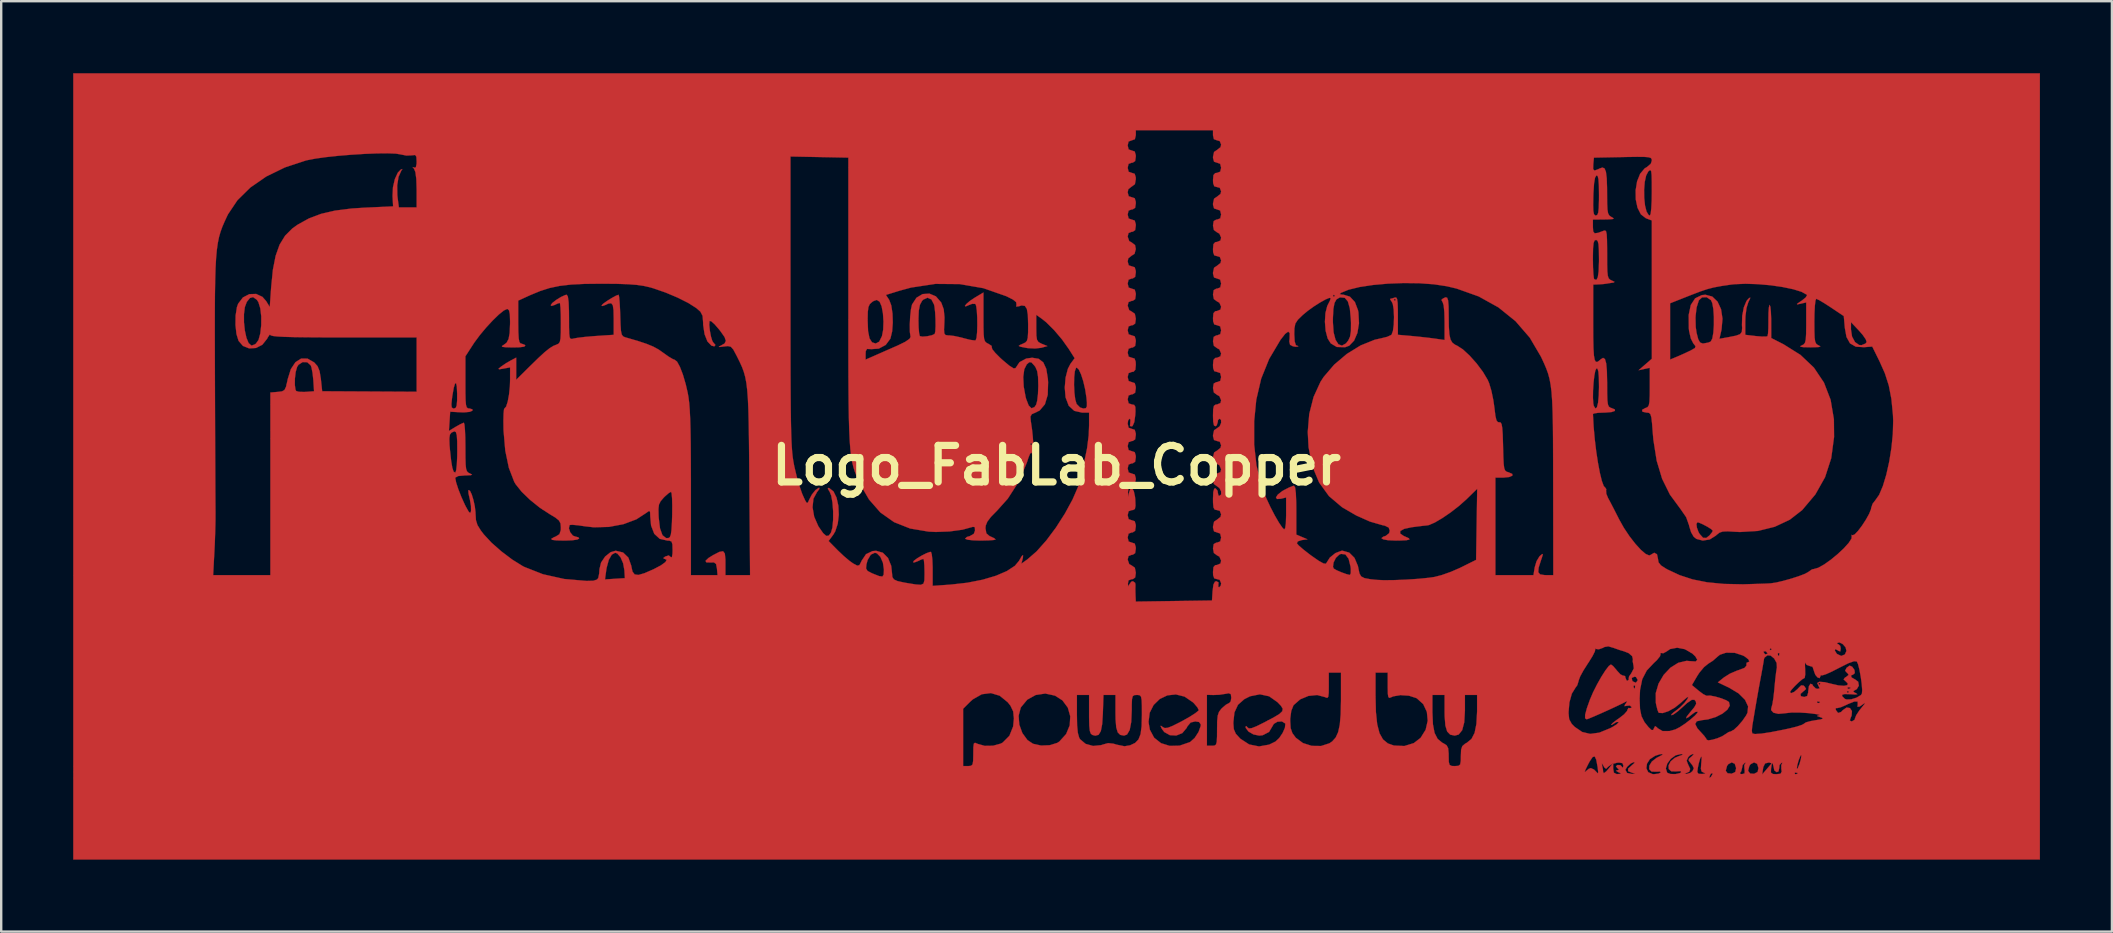
<source format=kicad_pcb>
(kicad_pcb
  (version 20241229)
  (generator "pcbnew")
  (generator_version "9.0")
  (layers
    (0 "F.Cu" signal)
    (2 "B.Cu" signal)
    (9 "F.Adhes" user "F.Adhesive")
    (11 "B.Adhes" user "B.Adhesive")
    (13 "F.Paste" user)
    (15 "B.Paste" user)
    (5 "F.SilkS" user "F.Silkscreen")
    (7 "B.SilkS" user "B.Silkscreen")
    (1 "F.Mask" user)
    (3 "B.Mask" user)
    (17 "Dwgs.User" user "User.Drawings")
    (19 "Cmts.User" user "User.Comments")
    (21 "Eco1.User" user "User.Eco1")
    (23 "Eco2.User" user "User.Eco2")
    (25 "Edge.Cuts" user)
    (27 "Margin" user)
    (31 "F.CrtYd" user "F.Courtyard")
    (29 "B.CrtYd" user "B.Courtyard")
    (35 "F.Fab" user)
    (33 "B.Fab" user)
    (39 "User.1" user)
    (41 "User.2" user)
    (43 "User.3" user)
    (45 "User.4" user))
  (footprint "Logo_FabLab_Copper"
    (layer "F.Cu")
    (at 40.984 16.346)
    (property "Reference" "Logo_FabLab_Copper" (at 0 0 0) (layer "F.SilkS") (effects (font (size 1.524 1.524) (thickness 0.3))))
    (attr through_hole)
    (fp_poly (pts (xy 40.979 16.425) (xy -40.979 16.425) (xy -40.979 13.028) (xy 27.2 13.028) (xy 27.262 12.988) (xy 27.273 12.977) (xy 27.332 12.88) (xy 29.407 12.88) (xy 29.474 12.801) (xy 29.771 12.801) (xy 29.855 12.862) (xy 29.994 12.869) (xy 30.168 12.852) (xy 30.192 12.813) (xy 30.762 12.813) (xy 30.774 12.863) (xy 30.819 12.869) (xy 30.888 12.838) (xy 30.875 12.813) (xy 30.775 12.803) (xy 30.762 12.813) (xy 30.192 12.813) (xy 30.219 12.77) (xy 30.206 12.661) (xy 30.205 12.638) (xy 30.849 12.638) (xy 30.88 12.632) (xy 30.891 12.615) (xy 30.963 12.441) (xy 31.02 12.234) (xy 31.042 12.085) (xy 31.011 12.09) (xy 31.001 12.107) (xy 30.929 12.281) (xy 30.871 12.488) (xy 30.849 12.638) (xy 30.205 12.638) (xy 30.202 12.489) (xy 30.24 12.413) (xy 30.248 12.391) (xy 30.207 12.398) (xy 30.129 12.489) (xy 30.119 12.604) (xy 30.088 12.753) (xy 30.013 12.785) (xy 29.912 12.712) (xy 29.887 12.584) (xy 29.848 12.428) (xy 29.811 12.417) (xy 29.777 12.636) (xy 29.771 12.801) (xy 29.474 12.801) (xy 29.804 12.415) (xy 29.811 12.417) (xy 29.813 12.404) (xy 29.804 12.415) (xy 29.699 12.383) (xy 29.684 12.383) (xy 29.528 12.421) (xy 29.455 12.568) (xy 29.444 12.631) (xy 29.407 12.88) (xy 27.332 12.88) (xy 27.34 12.866) (xy 27.338 12.855) (xy 28.485 12.855) (xy 28.563 12.868) (xy 28.673 12.835) (xy 28.677 12.727) (xy 28.82 12.727) (xy 28.903 12.84) (xy 29.07 12.853) (xy 29.216 12.776) (xy 29.252 12.616) (xy 29.197 12.436) (xy 29.068 12.378) (xy 28.923 12.454) (xy 28.873 12.527) (xy 28.82 12.727) (xy 28.677 12.727) (xy 28.678 12.703) (xy 28.669 12.665) (xy 28.66 12.494) (xy 28.704 12.417) (xy 28.723 12.391) (xy 28.683 12.396) (xy 28.593 12.486) (xy 28.575 12.58) (xy 28.535 12.747) (xy 28.49 12.805) (xy 28.485 12.855) (xy 27.338 12.855) (xy 27.331 12.825) (xy 27.268 12.85) (xy 27.226 12.929) (xy 27.2 13.028) (xy -40.979 13.028) (xy -40.979 12.778) (xy 22.009 12.778) (xy 22.038 12.764) (xy 22.179 12.645) (xy 22.267 12.615) (xy 22.401 12.677) (xy 22.487 12.764) (xy 22.554 12.836) (xy 22.573 12.789) (xy 22.552 12.601) (xy 22.548 12.573) (xy 22.519 12.413) (xy 22.725 12.413) (xy 22.729 12.468) (xy 22.73 12.474) (xy 22.772 12.685) (xy 22.778 12.77) (xy 22.809 12.828) (xy 22.907 12.753) (xy 22.99 12.658) (xy 23.163 12.446) (xy 23.198 12.436) (xy 23.198 12.636) (xy 23.227 12.808) (xy 23.338 12.863) (xy 23.389 12.863) (xy 23.521 12.853) (xy 23.49 12.82) (xy 23.41 12.785) (xy 23.313 12.726) (xy 23.368 12.705) (xy 23.416 12.692) (xy 23.707 12.692) (xy 23.779 12.819) (xy 23.978 12.859) (xy 23.996 12.858) (xy 24.112 12.846) (xy 24.068 12.827) (xy 23.982 12.81) (xy 23.82 12.743) (xy 23.822 12.637) (xy 23.833 12.627) (xy 24.581 12.627) (xy 24.658 12.786) (xy 24.84 12.866) (xy 24.893 12.869) (xy 25.083 12.847) (xy 25.181 12.797) (xy 25.145 12.757) (xy 25.007 12.766) (xy 24.798 12.76) (xy 24.699 12.664) (xy 24.7 12.63) (xy 25.392 12.63) (xy 25.446 12.802) (xy 25.456 12.813) (xy 25.59 12.861) (xy 25.789 12.865) (xy 25.901 12.843) (xy 26.173 12.843) (xy 26.24 12.858) (xy 26.257 12.86) (xy 26.424 12.808) (xy 26.455 12.781) (xy 26.703 12.781) (xy 26.754 12.853) (xy 26.905 12.86) (xy 27.038 12.844) (xy 27.004 12.816) (xy 26.979 12.809) (xy 26.885 12.76) (xy 26.876 12.727) (xy 27.888 12.727) (xy 27.972 12.84) (xy 28.138 12.853) (xy 28.285 12.776) (xy 28.321 12.616) (xy 28.265 12.436) (xy 28.137 12.378) (xy 27.992 12.454) (xy 27.942 12.527) (xy 27.888 12.727) (xy 26.876 12.727) (xy 26.852 12.646) (xy 26.867 12.42) (xy 26.872 12.375) (xy 26.886 12.179) (xy 26.866 12.131) (xy 26.823 12.215) (xy 26.765 12.416) (xy 26.727 12.594) (xy 26.703 12.781) (xy 26.455 12.781) (xy 26.502 12.741) (xy 26.559 12.621) (xy 26.495 12.49) (xy 26.45 12.437) (xy 26.344 12.305) (xy 26.355 12.223) (xy 26.454 12.142) (xy 26.546 12.053) (xy 26.527 12.023) (xy 26.404 12.081) (xy 26.326 12.157) (xy 26.258 12.303) (xy 26.315 12.452) (xy 26.407 12.652) (xy 26.367 12.768) (xy 26.268 12.811) (xy 26.173 12.843) (xy 25.901 12.843) (xy 25.968 12.83) (xy 26.034 12.786) (xy 26.005 12.739) (xy 25.837 12.752) (xy 25.829 12.754) (xy 25.618 12.749) (xy 25.512 12.653) (xy 25.505 12.503) (xy 25.591 12.336) (xy 25.764 12.188) (xy 25.931 12.117) (xy 26.086 12.063) (xy 26.078 12.035) (xy 26.025 12.03) (xy 25.801 12.082) (xy 25.6 12.227) (xy 25.453 12.424) (xy 25.392 12.63) (xy 24.7 12.63) (xy 24.704 12.513) (xy 24.809 12.341) (xy 25.009 12.186) (xy 25.089 12.146) (xy 25.242 12.065) (xy 25.251 12.028) (xy 25.138 12.041) (xy 24.945 12.103) (xy 24.727 12.243) (xy 24.605 12.432) (xy 24.581 12.627) (xy 23.833 12.627) (xy 23.98 12.493) (xy 24.084 12.4) (xy 24.07 12.361) (xy 23.937 12.418) (xy 23.792 12.545) (xy 23.709 12.673) (xy 23.707 12.692) (xy 23.416 12.692) (xy 23.448 12.684) (xy 23.38 12.625) (xy 23.312 12.546) (xy 23.368 12.488) (xy 23.495 12.491) (xy 23.546 12.541) (xy 23.605 12.604) (xy 23.621 12.51) (xy 23.584 12.409) (xy 23.443 12.385) (xy 23.355 12.392) (xy 23.198 12.436) (xy 23.198 12.404) (xy 23.163 12.446) (xy 23.134 12.454) (xy 22.986 12.56) (xy 22.903 12.645) (xy 22.834 12.594) (xy 22.785 12.509) (xy 22.725 12.413) (xy 22.519 12.413) (xy 22.492 12.269) (xy 22.428 12.13) (xy 22.342 12.153) (xy 22.22 12.333) (xy 22.15 12.463) (xy 22.048 12.671) (xy 22.009 12.778) (xy -40.979 12.778) (xy -40.979 10.143) (xy -3.895 10.143) (xy -3.895 12.531) (xy -3.683 12.531) (xy -3.566 12.52) (xy -3.503 12.462) (xy -3.477 12.316) (xy -3.471 12.043) (xy -3.471 12.02) (xy -3.468 11.74) (xy -3.449 11.597) (xy -3.4 11.56) (xy -3.307 11.597) (xy -3.289 11.606) (xy -2.996 11.688) (xy -2.647 11.683) (xy -2.328 11.595) (xy -2.245 11.55) (xy -1.966 11.269) (xy -1.81 10.879) (xy -1.778 10.548) (xy -1.79 10.431) (xy -1.582 10.431) (xy -1.554 10.8) (xy -1.426 11.155) (xy -1.216 11.444) (xy -0.983 11.601) (xy -0.645 11.676) (xy -0.283 11.661) (xy 0.029 11.564) (xy 0.117 11.507) (xy 0.398 11.196) (xy 0.548 10.833) (xy 0.57 10.454) (xy 0.468 10.095) (xy 0.244 9.793) (xy -0.066 9.594) (xy -0.193 9.567) (xy 0.847 9.567) (xy 0.847 10.395) (xy 0.856 10.84) (xy 0.886 11.146) (xy 0.941 11.344) (xy 0.977 11.41) (xy 1.209 11.605) (xy 1.522 11.693) (xy 1.856 11.659) (xy 1.919 11.637) (xy 2.147 11.574) (xy 2.371 11.598) (xy 2.506 11.639) (xy 2.83 11.705) (xy 3.065 11.665) (xy 3.273 11.567) (xy 3.414 11.421) (xy 3.501 11.198) (xy 3.544 10.868) (xy 3.548 10.699) (xy 3.832 10.699) (xy 3.887 11.015) (xy 4.066 11.349) (xy 4.354 11.577) (xy 4.718 11.69) (xy 5.127 11.68) (xy 5.549 11.535) (xy 5.575 11.521) (xy 5.756 11.358) (xy 5.916 11.111) (xy 6.006 10.862) (xy 6.011 10.799) (xy 5.938 10.694) (xy 5.779 10.67) (xy 5.589 10.715) (xy 5.454 10.874) (xy 5.419 10.945) (xy 5.24 11.157) (xy 4.99 11.257) (xy 4.722 11.243) (xy 4.489 11.113) (xy 4.391 10.985) (xy 4.33 10.857) (xy 4.362 10.857) (xy 4.424 10.905) (xy 4.51 10.946) (xy 4.633 10.935) (xy 4.827 10.86) (xy 5.124 10.712) (xy 5.24 10.651) (xy 5.541 10.482) (xy 5.774 10.333) (xy 5.907 10.227) (xy 5.925 10.197) (xy 5.87 10.086) (xy 5.73 9.92) (xy 5.682 9.873) (xy 5.335 9.636) (xy 5.039 9.562) (xy 6.265 9.562) (xy 6.265 11.684) (xy 6.477 11.684) (xy 6.582 11.677) (xy 6.645 11.632) (xy 6.676 11.516) (xy 6.687 11.294) (xy 6.689 11.003) (xy 6.693 10.725) (xy 7.366 10.725) (xy 7.386 10.991) (xy 7.469 11.183) (xy 7.654 11.386) (xy 7.662 11.393) (xy 8.027 11.63) (xy 8.436 11.712) (xy 8.86 11.637) (xy 9.123 11.508) (xy 9.28 11.361) (xy 9.421 11.151) (xy 9.516 10.936) (xy 9.534 10.774) (xy 9.524 10.752) (xy 9.39 10.67) (xy 9.206 10.682) (xy 9.054 10.773) (xy 9.017 10.837) (xy 8.856 11.108) (xy 8.593 11.245) (xy 8.446 11.261) (xy 8.205 11.212) (xy 7.998 11.092) (xy 7.883 10.939) (xy 7.875 10.888) (xy 7.91 10.864) (xy 7.953 10.915) (xy 8.017 10.963) (xy 8.134 10.95) (xy 8.337 10.869) (xy 8.65 10.714) (xy 8.784 10.643) (xy 9.737 10.643) (xy 9.755 10.946) (xy 9.828 11.159) (xy 9.971 11.351) (xy 10.268 11.572) (xy 10.637 11.689) (xy 11.023 11.694) (xy 11.37 11.582) (xy 11.488 11.502) (xy 11.632 11.341) (xy 11.735 11.117) (xy 11.803 10.804) (xy 11.84 10.377) (xy 11.853 9.81) (xy 11.853 9.739) (xy 11.853 8.636) (xy 13.293 8.636) (xy 13.293 9.631) (xy 13.309 10.283) (xy 13.362 10.786) (xy 13.458 11.16) (xy 13.604 11.42) (xy 13.807 11.587) (xy 14.057 11.675) (xy 14.494 11.695) (xy 14.889 11.573) (xy 15.171 11.355) (xy 15.382 11.016) (xy 15.467 10.641) (xy 15.432 10.272) (xy 15.28 9.948) (xy 15.016 9.71) (xy 14.989 9.696) (xy 14.679 9.596) (xy 14.331 9.572) (xy 14.027 9.627) (xy 13.964 9.655) (xy 13.877 9.69) (xy 13.828 9.656) (xy 13.813 9.567) (xy 15.663 9.567) (xy 15.663 10.291) (xy 15.685 10.791) (xy 15.754 11.151) (xy 15.882 11.399) (xy 16.075 11.558) (xy 16.123 11.581) (xy 16.254 11.662) (xy 16.319 11.784) (xy 16.34 12.002) (xy 16.341 12.106) (xy 16.346 12.357) (xy 16.38 12.482) (xy 16.468 12.526) (xy 16.595 12.531) (xy 16.745 12.521) (xy 16.82 12.464) (xy 16.846 12.315) (xy 16.849 12.11) (xy 16.859 11.849) (xy 16.909 11.699) (xy 17.025 11.599) (xy 17.099 11.559) (xy 17.291 11.401) (xy 17.422 11.147) (xy 17.497 10.774) (xy 17.523 10.307) (xy 21.336 10.307) (xy 21.363 10.578) (xy 21.472 10.775) (xy 21.597 10.9) (xy 21.907 11.111) (xy 22.239 11.19) (xy 22.618 11.138) (xy 23.071 10.953) (xy 23.185 10.893) (xy 23.354 10.785) (xy 23.424 10.705) (xy 23.42 10.692) (xy 23.326 10.698) (xy 23.243 10.751) (xy 23.139 10.816) (xy 23.114 10.807) (xy 23.178 10.734) (xy 23.342 10.607) (xy 23.453 10.531) (xy 23.652 10.375) (xy 23.774 10.236) (xy 23.791 10.186) (xy 23.835 10.107) (xy 23.876 10.118) (xy 23.954 10.105) (xy 23.961 10.07) (xy 23.894 10.007) (xy 23.786 10.016) (xy 23.668 10.034) (xy 23.689 9.968) (xy 23.723 9.925) (xy 23.777 9.837) (xy 23.749 9.835) (xy 23.569 9.927) (xy 23.303 10.054) (xy 22.992 10.198) (xy 22.675 10.34) (xy 22.392 10.464) (xy 22.184 10.551) (xy 22.09 10.583) (xy 22.026 10.537) (xy 22.029 10.388) (xy 22.101 10.119) (xy 22.227 9.765) (xy 22.238 9.74) (xy 24.299 9.74) (xy 24.316 10.152) (xy 24.377 10.453) (xy 24.502 10.7) (xy 24.667 10.905) (xy 24.795 11.028) (xy 24.861 11.027) (xy 24.893 10.96) (xy 24.944 10.866) (xy 25.016 10.912) (xy 25.055 10.956) (xy 25.257 11.073) (xy 25.555 11.07) (xy 25.794 11.002) (xy 25.975 10.908) (xy 26.196 10.762) (xy 26.417 10.592) (xy 26.601 10.431) (xy 26.709 10.31) (xy 26.717 10.264) (xy 26.627 10.275) (xy 26.522 10.345) (xy 26.325 10.5) (xy 26.238 10.539) (xy 26.266 10.463) (xy 26.395 10.301) (xy 26.577 10.08) (xy 26.655 9.941) (xy 26.643 9.842) (xy 26.584 9.769) (xy 26.474 9.769) (xy 26.277 9.904) (xy 26.117 10.049) (xy 25.901 10.241) (xy 25.722 10.373) (xy 25.631 10.413) (xy 25.623 10.374) (xy 25.733 10.278) (xy 25.778 10.247) (xy 25.981 10.087) (xy 26.17 9.896) (xy 26.299 9.724) (xy 26.329 9.644) (xy 26.276 9.668) (xy 26.136 9.784) (xy 25.997 9.911) (xy 25.754 10.103) (xy 25.494 10.246) (xy 25.262 10.322) (xy 25.105 10.312) (xy 25.087 10.298) (xy 25.044 10.193) (xy 24.992 9.984) (xy 24.974 9.891) (xy 24.971 9.491) (xy 25.07 9.155) (xy 26.478 9.155) (xy 26.765 9.395) (xy 26.95 9.533) (xy 27.082 9.599) (xy 27.11 9.599) (xy 27.237 9.593) (xy 27.455 9.635) (xy 27.703 9.707) (xy 27.914 9.791) (xy 28.023 9.861) (xy 28.057 10.012) (xy 27.957 10.18) (xy 27.752 10.345) (xy 27.472 10.487) (xy 27.148 10.585) (xy 26.897 10.617) (xy 26.68 10.664) (xy 26.616 10.777) (xy 26.706 10.957) (xy 26.832 11.097) (xy 26.992 11.272) (xy 27.084 11.402) (xy 27.093 11.43) (xy 27.161 11.459) (xy 27.329 11.434) (xy 27.541 11.372) (xy 27.741 11.287) (xy 27.862 11.21) (xy 28.013 11.112) (xy 28.091 11.091) (xy 28.156 11.058) (xy 28.976 11.058) (xy 28.993 11.168) (xy 29.105 11.196) (xy 29.368 11.179) (xy 29.771 11.117) (xy 30.304 11.013) (xy 30.544 10.961) (xy 30.839 10.888) (xy 31.056 10.817) (xy 31.155 10.764) (xy 31.157 10.758) (xy 31.233 10.709) (xy 31.429 10.656) (xy 31.602 10.625) (xy 31.845 10.585) (xy 31.938 10.553) (xy 31.899 10.517) (xy 31.835 10.496) (xy 31.7 10.447) (xy 31.72 10.422) (xy 31.792 10.411) (xy 31.798 10.394) (xy 31.662 10.366) (xy 31.414 10.333) (xy 31.327 10.323) (xy 30.963 10.299) (xy 30.617 10.301) (xy 30.364 10.328) (xy 30.363 10.329) (xy 30.081 10.355) (xy 29.875 10.306) (xy 29.778 10.196) (xy 29.788 10.133) (xy 32.464 10.133) (xy 32.48 10.198) (xy 32.571 10.318) (xy 32.696 10.276) (xy 32.766 10.202) (xy 32.926 10.09) (xy 33.066 10.113) (xy 33.148 10.238) (xy 33.134 10.43) (xy 33.101 10.505) (xy 33.058 10.632) (xy 33.133 10.668) (xy 33.144 10.668) (xy 33.258 10.603) (xy 33.274 10.544) (xy 33.326 10.411) (xy 33.458 10.211) (xy 33.547 10.099) (xy 33.668 9.949) (xy 33.694 9.895) (xy 33.646 9.927) (xy 33.469 10.052) (xy 33.379 10.058) (xy 33.389 9.948) (xy 33.385 9.841) (xy 33.25 9.84) (xy 32.985 9.945) (xy 32.898 9.988) (xy 32.683 10.081) (xy 32.53 10.116) (xy 32.5 10.111) (xy 32.464 10.133) (xy 29.788 10.133) (xy 29.797 10.08) (xy 29.836 9.936) (xy 29.849 9.85) (xy 31.694 9.85) (xy 31.705 9.9) (xy 31.75 9.906) (xy 31.82 9.875) (xy 31.806 9.85) (xy 31.706 9.839) (xy 31.694 9.85) (xy 29.849 9.85) (xy 29.877 9.675) (xy 29.902 9.449) (xy 30.565 9.449) (xy 30.617 9.491) (xy 30.74 9.44) (xy 30.882 9.319) (xy 30.905 9.292) (xy 31.031 9.168) (xy 31.128 9.175) (xy 31.172 9.213) (xy 31.236 9.315) (xy 31.149 9.4) (xy 31.136 9.407) (xy 31.005 9.524) (xy 31.02 9.618) (xy 31.157 9.652) (xy 31.282 9.611) (xy 31.325 9.46) (xy 31.326 9.44) (xy 32.935 9.44) (xy 32.978 9.483) (xy 33.02 9.44) (xy 32.978 9.398) (xy 32.935 9.44) (xy 31.326 9.44) (xy 31.327 9.403) (xy 31.354 9.202) (xy 31.419 9.101) (xy 31.496 9.127) (xy 31.527 9.187) (xy 31.643 9.298) (xy 31.715 9.313) (xy 31.807 9.289) (xy 31.79 9.257) (xy 32.964 9.257) (xy 32.975 9.307) (xy 33.02 9.313) (xy 33.09 9.282) (xy 33.076 9.257) (xy 32.976 9.247) (xy 32.964 9.257) (xy 31.79 9.257) (xy 31.756 9.194) (xy 31.715 9.102) (xy 31.75 9.102) (xy 31.792 9.144) (xy 31.835 9.102) (xy 31.792 9.059) (xy 31.75 9.102) (xy 31.715 9.102) (xy 31.701 9.07) (xy 31.791 9.017) (xy 32.017 9.035) (xy 32.285 9.101) (xy 32.586 9.169) (xy 32.818 9.187) (xy 32.957 9.158) (xy 32.974 9.086) (xy 32.899 9.011) (xy 32.801 8.92) (xy 32.848 8.851) (xy 32.908 8.814) (xy 33.01 8.732) (xy 32.964 8.66) (xy 32.941 8.644) (xy 32.863 8.557) (xy 32.921 8.441) (xy 32.931 8.43) (xy 33.051 8.344) (xy 33.158 8.391) (xy 33.253 8.524) (xy 33.267 8.657) (xy 33.194 8.721) (xy 33.189 8.721) (xy 33.105 8.76) (xy 33.138 8.841) (xy 33.264 8.912) (xy 33.274 8.915) (xy 33.409 9.018) (xy 33.436 9.179) (xy 33.351 9.323) (xy 33.295 9.356) (xy 33.198 9.409) (xy 33.249 9.461) (xy 33.316 9.493) (xy 33.374 9.536) (xy 33.283 9.548) (xy 33.09 9.537) (xy 32.846 9.529) (xy 32.741 9.559) (xy 32.738 9.616) (xy 32.85 9.729) (xy 32.921 9.756) (xy 33.118 9.749) (xy 33.342 9.679) (xy 33.516 9.575) (xy 33.563 9.514) (xy 33.575 9.366) (xy 33.556 9.113) (xy 33.515 8.811) (xy 33.461 8.517) (xy 33.402 8.284) (xy 33.351 8.172) (xy 33.235 8.161) (xy 32.998 8.245) (xy 32.632 8.428) (xy 32.603 8.443) (xy 32.304 8.596) (xy 32.062 8.704) (xy 31.915 8.75) (xy 31.889 8.746) (xy 31.839 8.756) (xy 31.835 8.789) (xy 31.797 8.867) (xy 31.712 8.835) (xy 31.622 8.727) (xy 31.566 8.577) (xy 31.564 8.565) (xy 31.505 8.393) (xy 31.397 8.363) (xy 31.259 8.314) (xy 31.212 8.236) (xy 31.193 8.221) (xy 31.19 8.347) (xy 31.197 8.485) (xy 31.201 8.714) (xy 31.181 8.849) (xy 31.162 8.866) (xy 31.079 8.912) (xy 30.931 9.038) (xy 30.764 9.2) (xy 30.627 9.352) (xy 30.565 9.446) (xy 30.565 9.449) (xy 29.902 9.449) (xy 29.913 9.346) (xy 29.919 9.271) (xy 29.951 8.927) (xy 29.986 8.632) (xy 30.016 8.44) (xy 30.021 8.419) (xy 30.009 8.231) (xy 29.908 8.049) (xy 29.761 7.927) (xy 29.626 7.915) (xy 29.504 8.013) (xy 29.482 8.068) (xy 29.463 8.194) (xy 29.42 8.441) (xy 29.361 8.763) (xy 29.337 8.89) (xy 29.261 9.302) (xy 29.186 9.726) (xy 29.125 10.079) (xy 29.118 10.118) (xy 29.065 10.436) (xy 29.017 10.722) (xy 28.993 10.863) (xy 28.976 11.058) (xy 28.156 11.058) (xy 28.217 11.027) (xy 28.393 10.865) (xy 28.579 10.65) (xy 28.734 10.428) (xy 28.795 10.308) (xy 28.82 10.043) (xy 28.691 9.768) (xy 28.425 9.503) (xy 28.033 9.267) (xy 28.025 9.263) (xy 27.56 9.042) (xy 27.814 8.836) (xy 28.065 8.678) (xy 28.367 8.549) (xy 28.429 8.53) (xy 28.67 8.439) (xy 28.753 8.343) (xy 28.749 8.322) (xy 28.757 8.224) (xy 28.789 8.213) (xy 28.874 8.175) (xy 28.832 8.083) (xy 28.684 7.966) (xy 28.604 7.923) (xy 28.258 7.809) (xy 27.92 7.799) (xy 27.644 7.891) (xy 27.551 7.967) (xy 27.35 8.143) (xy 27.16 8.264) (xy 26.983 8.407) (xy 26.791 8.636) (xy 26.704 8.769) (xy 26.478 9.155) (xy 25.07 9.155) (xy 25.088 9.095) (xy 25.3 8.732) (xy 25.582 8.432) (xy 25.908 8.227) (xy 26.254 8.145) (xy 26.423 8.159) (xy 26.635 8.171) (xy 26.702 8.102) (xy 26.623 7.962) (xy 26.494 7.839) (xy 26.4 7.784) (xy 29.464 7.784) (xy 29.525 7.871) (xy 29.549 7.874) (xy 30.057 7.874) (xy 30.088 7.944) (xy 30.113 7.93) (xy 30.123 7.83) (xy 30.113 7.818) (xy 30.063 7.829) (xy 30.057 7.874) (xy 29.549 7.874) (xy 29.631 7.845) (xy 29.633 7.837) (xy 29.574 7.764) (xy 29.549 7.747) (xy 29.471 7.754) (xy 29.464 7.784) (xy 26.4 7.784) (xy 26.276 7.711) (xy 32.433 7.711) (xy 32.505 7.831) (xy 32.531 7.86) (xy 32.702 7.941) (xy 32.853 7.879) (xy 32.919 7.731) (xy 32.882 7.582) (xy 32.766 7.448) (xy 32.627 7.378) (xy 32.533 7.401) (xy 32.549 7.447) (xy 32.583 7.451) (xy 32.661 7.522) (xy 32.681 7.63) (xy 32.663 7.753) (xy 32.584 7.728) (xy 32.554 7.705) (xy 32.452 7.655) (xy 32.433 7.711) (xy 26.276 7.711) (xy 26.192 7.662) (xy 29.718 7.662) (xy 29.76 7.705) (xy 29.803 7.662) (xy 29.76 7.62) (xy 29.718 7.662) (xy 26.192 7.662) (xy 26.19 7.661) (xy 25.866 7.598) (xy 25.573 7.653) (xy 25.422 7.755) (xy 25.284 7.83) (xy 25.211 7.819) (xy 25.16 7.817) (xy 25.176 7.854) (xy 25.149 7.955) (xy 25.019 8.116) (xy 24.894 8.233) (xy 24.596 8.549) (xy 24.409 8.909) (xy 24.317 9.355) (xy 24.299 9.74) (xy 22.238 9.74) (xy 22.358 9.458) (xy 22.474 9.229) (xy 24.045 9.229) (xy 24.076 9.298) (xy 24.102 9.285) (xy 24.112 9.185) (xy 24.102 9.172) (xy 24.051 9.184) (xy 24.045 9.229) (xy 22.474 9.229) (xy 22.524 9.129) (xy 22.703 8.812) (xy 22.874 8.544) (xy 23.015 8.361) (xy 23.103 8.297) (xy 23.19 8.359) (xy 23.324 8.512) (xy 23.356 8.554) (xy 23.497 8.707) (xy 23.609 8.765) (xy 23.626 8.76) (xy 23.695 8.782) (xy 23.707 8.843) (xy 23.753 8.958) (xy 23.796 8.975) (xy 23.851 8.927) (xy 23.842 8.903) (xy 23.849 8.857) (xy 23.971 8.857) (xy 23.992 8.974) (xy 24.017 9.003) (xy 24.141 9.057) (xy 24.212 8.969) (xy 24.215 8.932) (xy 24.147 8.82) (xy 24.088 8.805) (xy 23.971 8.857) (xy 23.849 8.857) (xy 23.859 8.795) (xy 23.95 8.667) (xy 24.057 8.46) (xy 24.043 8.337) (xy 24.009 8.158) (xy 24.019 8.078) (xy 23.987 7.95) (xy 23.842 7.824) (xy 23.652 7.749) (xy 23.465 7.694) (xy 23.228 7.61) (xy 23.218 7.606) (xy 22.996 7.541) (xy 22.835 7.568) (xy 22.77 7.604) (xy 22.598 7.665) (xy 22.497 7.652) (xy 22.437 7.633) (xy 22.452 7.657) (xy 22.434 7.752) (xy 22.337 7.946) (xy 22.179 8.201) (xy 22.134 8.268) (xy 21.955 8.55) (xy 21.822 8.794) (xy 21.761 8.957) (xy 21.759 8.974) (xy 21.702 9.161) (xy 21.626 9.265) (xy 21.474 9.513) (xy 21.372 9.878) (xy 21.336 10.307) (xy 17.523 10.307) (xy 17.525 10.26) (xy 17.526 10.181) (xy 17.526 9.567) (xy 17.018 9.567) (xy 17.018 10.226) (xy 16.99 10.708) (xy 16.904 11.036) (xy 16.758 11.217) (xy 16.596 11.261) (xy 16.406 11.222) (xy 16.278 11.09) (xy 16.204 10.845) (xy 16.174 10.463) (xy 16.171 10.281) (xy 16.171 9.567) (xy 15.663 9.567) (xy 13.813 9.567) (xy 13.806 9.521) (xy 13.801 9.254) (xy 13.801 9.189) (xy 13.801 8.636) (xy 13.293 8.636) (xy 11.853 8.636) (xy 11.345 8.636) (xy 11.345 9.189) (xy 11.342 9.484) (xy 11.324 9.64) (xy 11.281 9.69) (xy 11.201 9.665) (xy 11.182 9.655) (xy 10.859 9.57) (xy 10.497 9.607) (xy 10.154 9.75) (xy 9.887 9.984) (xy 9.869 10.009) (xy 9.781 10.231) (xy 9.739 10.552) (xy 9.737 10.643) (xy 8.784 10.643) (xy 9.033 10.512) (xy 9.28 10.365) (xy 9.405 10.248) (xy 9.425 10.141) (xy 9.352 10.02) (xy 9.208 9.869) (xy 8.859 9.623) (xy 8.473 9.54) (xy 8.064 9.622) (xy 7.825 9.742) (xy 7.56 9.977) (xy 7.412 10.297) (xy 7.366 10.725) (xy 6.693 10.725) (xy 6.694 10.652) (xy 6.717 10.425) (xy 6.769 10.273) (xy 6.861 10.15) (xy 6.896 10.114) (xy 7.06 9.973) (xy 7.184 9.907) (xy 7.193 9.906) (xy 7.258 9.833) (xy 7.281 9.684) (xy 7.262 9.531) (xy 7.171 9.496) (xy 7.048 9.519) (xy 6.787 9.559) (xy 6.54 9.569) (xy 6.265 9.562) (xy 5.039 9.562) (xy 4.971 9.545) (xy 4.617 9.584) (xy 4.299 9.736) (xy 4.045 9.984) (xy 3.88 10.31) (xy 3.832 10.699) (xy 3.548 10.699) (xy 3.556 10.4) (xy 3.556 10.395) (xy 3.555 10.016) (xy 3.545 9.775) (xy 3.52 9.641) (xy 3.47 9.582) (xy 3.389 9.568) (xy 3.344 9.567) (xy 3.236 9.575) (xy 3.173 9.623) (xy 3.143 9.747) (xy 3.133 9.982) (xy 3.133 10.197) (xy 3.112 10.691) (xy 3.047 11.028) (xy 2.937 11.215) (xy 2.813 11.261) (xy 2.653 11.231) (xy 2.548 11.125) (xy 2.486 10.917) (xy 2.459 10.582) (xy 2.455 10.312) (xy 2.455 9.567) (xy 1.954 9.567) (xy 1.929 10.342) (xy 1.901 10.782) (xy 1.845 11.072) (xy 1.752 11.227) (xy 1.614 11.265) (xy 1.493 11.234) (xy 1.427 11.182) (xy 1.385 11.064) (xy 1.363 10.85) (xy 1.355 10.508) (xy 1.355 10.374) (xy 1.355 9.567) (xy 0.847 9.567) (xy -0.193 9.567) (xy -0.472 9.508) (xy -0.871 9.569) (xy -1.222 9.764) (xy -1.482 10.077) (xy -1.494 10.099) (xy -1.582 10.431) (xy -1.79 10.431) (xy -1.808 10.253) (xy -1.921 10.016) (xy -2.038 9.869) (xy -2.37 9.599) (xy -2.737 9.489) (xy -3.117 9.538) (xy -3.487 9.748) (xy -3.612 9.86) (xy -3.895 10.143) (xy -40.979 10.143) (xy -40.979 4.572) (xy -35.151 4.572) (xy -32.766 4.572) (xy -32.766 -1.123) (xy -25.308 -1.123) (xy -25.299 -0.848) (xy -25.284 -0.672) (xy -25.234 -0.211) (xy -25.184 0.095) (xy -25.129 0.259) (xy -25.066 0.297) (xy -25.052 0.291) (xy -25.02 0.191) (xy -24.995 -0.039) (xy -24.98 -0.361) (xy -24.977 -0.598) (xy -24.98 -0.998) (xy -24.996 -1.253) (xy -25.032 -1.386) (xy -25.095 -1.42) (xy -25.193 -1.379) (xy -25.222 -1.362) (xy -25.284 -1.282) (xy -25.308 -1.123) (xy -32.766 -1.123) (xy -32.766 -1.436) (xy -25.325 -1.436) (xy -25.045 -1.607) (xy -24.849 -1.717) (xy -24.717 -1.775) (xy -24.701 -1.778) (xy -24.677 -1.699) (xy -24.657 -1.483) (xy -24.643 -1.163) (xy -24.638 -0.772) (xy -24.638 -0.759) (xy -24.636 -0.329) (xy -24.628 -0.037) (xy -24.608 0.145) (xy -24.57 0.25) (xy -24.51 0.307) (xy -24.448 0.336) (xy -24.362 0.382) (xy -24.408 0.407) (xy -24.604 0.417) (xy -24.659 0.418) (xy -24.935 0.443) (xy -25.055 0.507) (xy -25.06 0.529) (xy -25.024 0.712) (xy -24.933 0.992) (xy -24.806 1.316) (xy -24.664 1.63) (xy -24.617 1.722) (xy -24.504 1.923) (xy -24.442 1.985) (xy -24.409 1.925) (xy -24.403 1.889) (xy -24.406 1.684) (xy -24.451 1.424) (xy -24.461 1.385) (xy -24.508 1.174) (xy -24.516 1.042) (xy -24.51 1.029) (xy -24.449 1.055) (xy -24.376 1.205) (xy -24.305 1.434) (xy -24.247 1.698) (xy -24.217 1.954) (xy -24.215 2.022) (xy -24.199 2.279) (xy -24.135 2.487) (xy -23.995 2.713) (xy -23.871 2.875) (xy -23.553 3.218) (xy -23.139 3.583) (xy -22.688 3.924) (xy -22.257 4.192) (xy -22.183 4.231) (xy -21.404 4.537) (xy -20.52 4.734) (xy -19.588 4.815) (xy -19.305 4.807) (xy -19.151 4.757) (xy -19.147 4.752) (xy -18.82 4.752) (xy -18.406 4.725) (xy -17.992 4.699) (xy -18.012 4.368) (xy -18.065 4.077) (xy -18.173 3.828) (xy -18.309 3.671) (xy -18.397 3.641) (xy -18.539 3.72) (xy -18.663 3.939) (xy -18.752 4.268) (xy -18.768 4.367) (xy -18.82 4.752) (xy -19.147 4.752) (xy -19.101 4.692) (xy -19.063 4.508) (xy -19.05 4.318) (xy -18.984 4.049) (xy -18.815 3.799) (xy -18.589 3.618) (xy -18.375 3.556) (xy -18.067 3.63) (xy -17.846 3.843) (xy -17.726 4.179) (xy -17.721 4.213) (xy -17.673 4.428) (xy -17.582 4.544) (xy -17.424 4.565) (xy -17.173 4.492) (xy -16.802 4.33) (xy -16.785 4.322) (xy -16.485 4.163) (xy -16.302 4.03) (xy -16.25 3.936) (xy -16.339 3.893) (xy -16.362 3.892) (xy -16.386 3.857) (xy -16.309 3.798) (xy -16.162 3.751) (xy -16.078 3.821) (xy -16.032 3.828) (xy -16.007 3.673) (xy -16.003 3.535) (xy -16.01 3.292) (xy -16.048 3.173) (xy -16.141 3.135) (xy -16.219 3.133) (xy -16.539 3.061) (xy -16.767 2.851) (xy -16.9 2.507) (xy -16.933 2.133) (xy -16.941 1.943) (xy -16.979 1.894) (xy -17.074 1.96) (xy -17.081 1.967) (xy -17.511 2.247) (xy -18.05 2.449) (xy -18.656 2.563) (xy -19.282 2.58) (xy -19.645 2.54) (xy -19.946 2.496) (xy -20.176 2.476) (xy -20.29 2.483) (xy -20.293 2.485) (xy -20.325 2.618) (xy -20.268 2.791) (xy -20.156 2.928) (xy -20.064 2.963) (xy -19.928 2.999) (xy -19.897 3.048) (xy -19.975 3.091) (xy -20.185 3.121) (xy -20.489 3.133) (xy -20.489 3.133) (xy -20.838 3.126) (xy -21.026 3.103) (xy -21.06 3.061) (xy -20.95 2.995) (xy -20.87 2.963) (xy -20.719 2.868) (xy -20.663 2.698) (xy -20.659 2.591) (xy -20.673 2.42) (xy -20.74 2.294) (xy -20.894 2.17) (xy -21.118 2.036) (xy -21.453 1.817) (xy -16.593 1.817) (xy -16.586 2.107) (xy -16.581 2.185) (xy -16.527 2.627) (xy -16.425 2.909) (xy -16.273 3.029) (xy -16.179 3.029) (xy -16.119 2.992) (xy -16.076 2.887) (xy -16.049 2.689) (xy -16.03 2.368) (xy -16.02 2.052) (xy -16.017 1.674) (xy -16.025 1.367) (xy -16.044 1.165) (xy -16.068 1.101) (xy -16.167 1.157) (xy -16.325 1.296) (xy -16.377 1.348) (xy -16.502 1.493) (xy -16.57 1.631) (xy -16.593 1.817) (xy -21.453 1.817) (xy -21.541 1.76) (xy -21.946 1.434) (xy -22.294 1.097) (xy -22.545 0.783) (xy -22.604 0.682) (xy -22.827 0.101) (xy -22.976 -0.613) (xy -23.047 -1.439) (xy -23.05 -1.509) (xy -23.054 -1.868) (xy -23.047 -2.153) (xy -23.03 -2.33) (xy -23.013 -2.371) (xy -22.942 -2.449) (xy -22.875 -2.655) (xy -22.82 -2.95) (xy -22.784 -3.293) (xy -22.776 -3.545) (xy -22.775 -4.085) (xy -23.05 -4.034) (xy -23.229 -4.005) (xy -23.26 -4.025) (xy -23.164 -4.108) (xy -23.156 -4.114) (xy -22.952 -4.254) (xy -22.754 -4.369) (xy -22.521 -4.492) (xy -22.521 -3.567) (xy -21.95 -4.133) (xy -21.596 -4.478) (xy -21.332 -4.721) (xy -21.132 -4.881) (xy -20.972 -4.98) (xy -20.837 -5.035) (xy -20.755 -5.073) (xy -20.703 -5.147) (xy -20.674 -5.29) (xy -20.662 -5.534) (xy -20.659 -5.914) (xy -20.659 -5.932) (xy -20.663 -6.286) (xy -20.675 -6.567) (xy -20.693 -6.738) (xy -20.707 -6.773) (xy -20.811 -6.738) (xy -20.918 -6.686) (xy -21.051 -6.645) (xy -21.082 -6.679) (xy -21.015 -6.77) (xy -20.854 -6.896) (xy -20.656 -7.018) (xy -20.48 -7.099) (xy -20.416 -7.112) (xy -20.368 -7.039) (xy -20.337 -6.814) (xy -20.322 -6.431) (xy -20.32 -6.171) (xy -20.319 -5.762) (xy -20.312 -5.495) (xy -20.293 -5.342) (xy -20.255 -5.276) (xy -20.194 -5.27) (xy -20.13 -5.287) (xy -19.96 -5.318) (xy -19.673 -5.353) (xy -19.322 -5.384) (xy -19.198 -5.393) (xy -18.457 -5.442) (xy -18.457 -6.108) (xy -18.464 -6.463) (xy -18.494 -6.672) (xy -18.561 -6.758) (xy -18.679 -6.744) (xy -18.802 -6.686) (xy -18.929 -6.642) (xy -18.965 -6.665) (xy -18.899 -6.736) (xy -18.739 -6.851) (xy -18.54 -6.975) (xy -18.359 -7.074) (xy -18.253 -7.112) (xy -18.233 -7.033) (xy -18.212 -6.821) (xy -18.194 -6.51) (xy -18.185 -6.251) (xy -18.172 -5.862) (xy -18.155 -5.609) (xy -18.124 -5.46) (xy -18.071 -5.382) (xy -17.989 -5.342) (xy -17.949 -5.331) (xy -17.453 -5.187) (xy -17.085 -5.065) (xy -16.809 -4.951) (xy -16.587 -4.83) (xy -16.399 -4.698) (xy -16.173 -4.537) (xy -15.992 -4.43) (xy -15.918 -4.403) (xy -15.816 -4.324) (xy -15.698 -4.108) (xy -15.573 -3.784) (xy -15.455 -3.381) (xy -15.374 -3.03) (xy -15.339 -2.832) (xy -15.31 -2.597) (xy -15.288 -2.308) (xy -15.27 -1.948) (xy -15.257 -1.499) (xy -15.248 -0.943) (xy -15.243 -0.263) (xy -15.24 0.558) (xy -15.24 1.097) (xy -15.24 4.572) (xy -14.129 4.572) (xy -14.155 4.297) (xy -14.191 4.109) (xy -14.28 4.043) (xy -14.415 4.046) (xy -14.599 4.041) (xy -14.63 3.977) (xy -14.509 3.86) (xy -14.318 3.741) (xy -14.055 3.605) (xy -13.9 3.577) (xy -13.825 3.674) (xy -13.802 3.915) (xy -13.801 4.064) (xy -13.801 4.572) (xy -12.774 4.572) (xy -12.776 4.292) (xy -7.941 4.292) (xy -7.88 4.397) (xy -7.703 4.49) (xy -7.649 4.513) (xy -7.396 4.613) (xy -7.261 4.632) (xy -7.207 4.556) (xy -7.197 4.37) (xy -7.197 4.337) (xy -7.238 4.053) (xy -7.344 3.812) (xy -7.487 3.665) (xy -7.572 3.641) (xy -7.743 3.72) (xy -7.874 3.943) (xy -7.924 4.123) (xy -7.941 4.292) (xy -12.776 4.292) (xy -12.805 0.656) (xy -12.812 -0.3) (xy -12.821 -1.105) (xy -12.831 -1.774) (xy -12.845 -2.325) (xy -12.865 -2.775) (xy -12.893 -3.141) (xy -12.929 -3.44) (xy -12.977 -3.689) (xy -13.037 -3.905) (xy -13.112 -4.106) (xy -13.204 -4.308) (xy -13.313 -4.528) (xy -13.348 -4.596) (xy -13.473 -4.83) (xy -13.574 -4.944) (xy -13.698 -4.973) (xy -13.867 -4.955) (xy -14.049 -4.933) (xy -14.077 -4.948) (xy -14 -4.988) (xy -13.838 -5.08) (xy -13.783 -5.19) (xy -13.837 -5.349) (xy -14.005 -5.589) (xy -14.073 -5.675) (xy -14.253 -5.883) (xy -14.392 -6.007) (xy -14.461 -6.021) (xy -14.462 -6.018) (xy -14.474 -5.859) (xy -14.451 -5.623) (xy -14.405 -5.377) (xy -14.347 -5.186) (xy -14.304 -5.119) (xy -14.217 -5.019) (xy -14.264 -4.961) (xy -14.384 -4.991) (xy -14.551 -5.166) (xy -14.67 -5.467) (xy -14.729 -5.853) (xy -14.732 -5.977) (xy -14.753 -6.233) (xy -14.843 -6.406) (xy -15.013 -6.556) (xy -15.346 -6.768) (xy -15.791 -6.992) (xy -16.294 -7.204) (xy -16.802 -7.38) (xy -16.938 -7.42) (xy -17.199 -7.48) (xy -17.495 -7.523) (xy -17.86 -7.551) (xy -18.327 -7.567) (xy -18.928 -7.572) (xy -18.965 -7.572) (xy -19.664 -7.565) (xy -20.232 -7.537) (xy -20.705 -7.482) (xy -21.122 -7.395) (xy -21.518 -7.269) (xy -21.932 -7.098) (xy -21.992 -7.071) (xy -22.437 -6.867) (xy -22.437 -5.974) (xy -22.432 -5.564) (xy -22.417 -5.296) (xy -22.388 -5.145) (xy -22.341 -5.085) (xy -22.315 -5.08) (xy -22.171 -5.028) (xy -22.14 -4.995) (xy -22.187 -4.948) (xy -22.388 -4.922) (xy -22.665 -4.916) (xy -22.959 -4.924) (xy -23.103 -4.942) (xy -23.117 -4.975) (xy -23.058 -5.011) (xy -22.924 -5.109) (xy -22.839 -5.268) (xy -22.793 -5.522) (xy -22.777 -5.905) (xy -22.776 -5.99) (xy -22.785 -6.293) (xy -22.817 -6.458) (xy -22.881 -6.517) (xy -22.9 -6.519) (xy -23.036 -6.456) (xy -23.245 -6.287) (xy -23.5 -6.04) (xy -23.773 -5.745) (xy -24.037 -5.429) (xy -24.264 -5.123) (xy -24.308 -5.056) (xy -24.638 -4.546) (xy -24.638 -3.458) (xy -24.637 -3.012) (xy -24.63 -2.708) (xy -24.613 -2.52) (xy -24.581 -2.418) (xy -24.531 -2.378) (xy -24.464 -2.371) (xy -24.345 -2.337) (xy -24.345 -2.28) (xy -24.457 -2.232) (xy -24.68 -2.211) (xy -24.837 -2.213) (xy -25.273 -2.237) (xy -25.299 -1.836) (xy -25.325 -1.436) (xy -32.766 -1.436) (xy -32.766 -2.541) (xy -25.222 -2.541) (xy -25.206 -2.413) (xy -25.14 -2.372) (xy -25.115 -2.371) (xy -25.042 -2.397) (xy -25.001 -2.498) (xy -24.983 -2.707) (xy -24.982 -2.985) (xy -24.996 -3.288) (xy -25.027 -3.428) (xy -25.071 -3.407) (xy -25.124 -3.23) (xy -25.182 -2.9) (xy -25.196 -2.795) (xy -25.222 -2.541) (xy -32.766 -2.541) (xy -32.766 -3.038) (xy -32.455 -3.064) (xy -32.281 -3.086) (xy -32.179 -3.143) (xy -32.115 -3.275) (xy -32.095 -3.359) (xy -31.747 -3.359) (xy -31.719 -3.159) (xy -31.69 -3.1) (xy -31.574 -3.068) (xy -31.359 -3.061) (xy -31.287 -3.065) (xy -30.946 -3.09) (xy -30.976 -3.556) (xy -31.007 -3.845) (xy -31.053 -4.081) (xy -31.085 -4.17) (xy -31.231 -4.3) (xy -31.421 -4.306) (xy -31.594 -4.193) (xy -31.652 -4.102) (xy -31.711 -3.894) (xy -31.743 -3.625) (xy -31.747 -3.359) (xy -32.095 -3.359) (xy -32.057 -3.524) (xy -32.044 -3.592) (xy -31.913 -4.012) (xy -31.721 -4.301) (xy -31.485 -4.451) (xy -31.22 -4.452) (xy -30.941 -4.293) (xy -30.8 -4.136) (xy -30.715 -3.929) (xy -30.663 -3.615) (xy -30.661 -3.595) (xy -30.607 -3.09) (xy -28.639 -3.08) (xy -26.67 -3.069) (xy -26.67 -5.334) (xy -29.718 -5.334) (xy -30.552 -5.335) (xy -31.23 -5.339) (xy -31.766 -5.346) (xy -32.172 -5.357) (xy -32.462 -5.372) (xy -32.648 -5.392) (xy -32.746 -5.416) (xy -32.768 -5.44) (xy -32.8 -5.445) (xy -32.878 -5.325) (xy -32.903 -5.276) (xy -33.101 -5.028) (xy -33.365 -4.894) (xy -33.649 -4.876) (xy -33.909 -4.979) (xy -34.092 -5.191) (xy -34.179 -5.474) (xy -34.22 -5.849) (xy -34.215 -6.245) (xy -34.206 -6.302) (xy -33.867 -6.302) (xy -33.866 -5.962) (xy -33.83 -5.621) (xy -33.764 -5.32) (xy -33.673 -5.099) (xy -33.561 -4.999) (xy -33.539 -4.997) (xy -33.428 -5.038) (xy -33.374 -5.069) (xy -33.261 -5.226) (xy -33.185 -5.501) (xy -33.147 -5.845) (xy -33.146 -6.209) (xy -33.186 -6.546) (xy -33.266 -6.806) (xy -33.333 -6.905) (xy -33.486 -7.013) (xy -33.616 -6.978) (xy -33.747 -6.817) (xy -33.829 -6.6) (xy -33.867 -6.302) (xy -34.206 -6.302) (xy -34.161 -6.592) (xy -34.109 -6.739) (xy -33.909 -7) (xy -33.644 -7.137) (xy -33.359 -7.146) (xy -33.095 -7.023) (xy -32.94 -6.845) (xy -32.791 -6.6) (xy -32.733 -7.429) (xy -32.661 -8.154) (xy -32.546 -8.737) (xy -32.381 -9.201) (xy -32.153 -9.572) (xy -31.852 -9.873) (xy -31.629 -10.033) (xy -31.16 -10.292) (xy -30.652 -10.484) (xy -30.072 -10.619) (xy -29.383 -10.706) (xy -28.833 -10.741) (xy -27.651 -10.795) (xy -27.674 -11.229) (xy -27.657 -11.591) (xy -27.578 -11.933) (xy -27.455 -12.2) (xy -27.335 -12.325) (xy -27.264 -12.354) (xy -27.313 -12.273) (xy -27.314 -12.272) (xy -27.425 -12.024) (xy -27.481 -11.667) (xy -27.475 -11.258) (xy -27.464 -11.161) (xy -27.41 -10.753) (xy -26.67 -10.753) (xy -26.67 -11.498) (xy -26.683 -11.931) (xy -26.722 -12.224) (xy -26.776 -12.357) (xy -26.839 -12.436) (xy -26.78 -12.413) (xy -26.776 -12.411) (xy -26.703 -12.42) (xy -26.672 -12.571) (xy -26.67 -12.662) (xy -26.681 -12.864) (xy -26.688 -12.874) (xy -11.091 -12.874) (xy -11.09 -6.797) (xy -11.09 -5.626) (xy -11.089 -4.611) (xy -11.087 -3.74) (xy -11.083 -2.999) (xy -11.078 -2.375) (xy -11.071 -1.855) (xy -11.062 -1.425) (xy -11.051 -1.074) (xy -11.036 -0.788) (xy -11.019 -0.553) (xy -10.998 -0.358) (xy -10.973 -0.187) (xy -10.944 -0.03) (xy -10.93 0.042) (xy -10.834 0.445) (xy -10.721 0.84) (xy -10.611 1.16) (xy -10.583 1.228) (xy -10.475 1.465) (xy -10.409 1.565) (xy -10.363 1.546) (xy -10.316 1.441) (xy -10.199 1.217) (xy -10.05 1.03) (xy -9.913 0.935) (xy -9.89 0.931) (xy -9.886 0.983) (xy -9.98 1.108) (xy -9.987 1.117) (xy -10.133 1.388) (xy -10.17 1.744) (xy -10.102 2.138) (xy -9.932 2.527) (xy -9.908 2.566) (xy -9.727 2.826) (xy -9.595 2.941) (xy -9.49 2.923) (xy -9.401 2.8) (xy -9.342 2.589) (xy -9.313 2.273) (xy -9.312 1.91) (xy -9.339 1.554) (xy -9.391 1.263) (xy -9.453 1.108) (xy -9.535 0.971) (xy -9.509 0.938) (xy -9.474 0.946) (xy -9.297 1.084) (xy -9.17 1.343) (xy -9.095 1.681) (xy -9.077 2.057) (xy -9.119 2.427) (xy -9.225 2.751) (xy -9.305 2.886) (xy -9.501 3.151) (xy -9.111 3.547) (xy -8.865 3.78) (xy -8.625 3.982) (xy -8.477 4.087) (xy -8.307 4.177) (xy -8.218 4.159) (xy -8.142 4.013) (xy -8.126 3.975) (xy -7.942 3.7) (xy -7.673 3.571) (xy -7.52 3.559) (xy -7.24 3.64) (xy -7.025 3.858) (xy -6.892 4.184) (xy -6.858 4.496) (xy -6.844 4.651) (xy -6.78 4.752) (xy -6.63 4.821) (xy -6.36 4.881) (xy -6.21 4.907) (xy -5.866 4.963) (xy -5.656 4.977) (xy -5.548 4.927) (xy -5.508 4.79) (xy -5.503 4.546) (xy -5.503 4.445) (xy -5.51 4.165) (xy -5.528 3.966) (xy -5.551 3.895) (xy -5.656 3.93) (xy -5.77 3.986) (xy -5.919 4.042) (xy -5.982 4.037) (xy -5.946 3.974) (xy -5.807 3.87) (xy -5.614 3.755) (xy -5.42 3.658) (xy -5.274 3.606) (xy -5.233 3.608) (xy -5.201 3.707) (xy -5.177 3.932) (xy -5.165 4.24) (xy -5.165 4.336) (xy -5.165 5.021) (xy -4.405 4.967) (xy -3.72 4.89) (xy -3.086 4.765) (xy -2.529 4.6) (xy -2.072 4.404) (xy -1.738 4.185) (xy -1.566 3.979) (xy -1.453 3.783) (xy -1.397 3.737) (xy -1.402 3.842) (xy -1.419 3.91) (xy -1.467 4.095) (xy -1.215 3.916) (xy -0.831 3.582) (xy -0.427 3.128) (xy -0.026 2.591) (xy 0.346 2.009) (xy 0.665 1.423) (xy 0.906 0.87) (xy 1.044 0.388) (xy 1.046 0.381) (xy 1.097 0.116) (xy 1.141 -0.085) (xy 1.271 -0.716) (xy 1.339 -1.258) (xy 1.355 -1.663) (xy 1.355 -2.201) (xy 1.058 -2.201) (xy 0.737 -2.274) (xy 0.507 -2.486) (xy 0.376 -2.831) (xy 0.375 -2.836) (xy 0.341 -3.243) (xy 0.351 -3.358) (xy 0.728 -3.358) (xy 0.743 -3.033) (xy 0.778 -2.751) (xy 0.833 -2.564) (xy 0.834 -2.561) (xy 0.978 -2.415) (xy 1.115 -2.371) (xy 1.218 -2.385) (xy 1.263 -2.456) (xy 1.264 -2.625) (xy 1.246 -2.815) (xy 1.191 -3.172) (xy 1.112 -3.51) (xy 1.02 -3.795) (xy 0.927 -3.994) (xy 0.843 -4.074) (xy 0.812 -4.062) (xy 0.761 -3.925) (xy 0.734 -3.673) (xy 0.728 -3.358) (xy 0.351 -3.358) (xy 0.376 -3.661) (xy 0.471 -4.026) (xy 0.576 -4.229) (xy 0.753 -4.468) (xy 0.51 -4.851) (xy 0.226 -5.251) (xy -0.103 -5.639) (xy -0.429 -5.963) (xy -0.606 -6.105) (xy -0.847 -6.277) (xy -0.847 -5.719) (xy -0.842 -5.417) (xy -0.817 -5.24) (xy -0.756 -5.142) (xy -0.643 -5.079) (xy -0.614 -5.067) (xy -0.381 -4.973) (xy -0.64 -4.901) (xy -0.89 -4.872) (xy -1.193 -4.887) (xy -1.275 -4.9) (xy -1.501 -4.945) (xy -1.578 -4.979) (xy -1.522 -5.021) (xy -1.418 -5.065) (xy -1.305 -5.119) (xy -1.236 -5.192) (xy -1.2 -5.323) (xy -1.187 -5.55) (xy -1.185 -5.873) (xy -1.197 -6.272) (xy -1.239 -6.523) (xy -1.322 -6.647) (xy -1.457 -6.666) (xy -1.581 -6.629) (xy -1.682 -6.619) (xy -1.672 -6.707) (xy -1.686 -6.805) (xy -1.817 -6.912) (xy -2.088 -7.048) (xy -2.102 -7.054) (xy -3.051 -7.386) (xy -4.038 -7.556) (xy -5.049 -7.565) (xy -6.066 -7.411) (xy -6.54 -7.282) (xy -7.112 -7.105) (xy -6.974 -6.895) (xy -6.888 -6.665) (xy -6.838 -6.329) (xy -6.826 -5.949) (xy -6.853 -5.584) (xy -6.922 -5.296) (xy -6.929 -5.278) (xy -7.121 -5.021) (xy -7.409 -4.867) (xy -7.732 -4.844) (xy -7.746 -4.847) (xy -7.899 -4.854) (xy -7.953 -4.762) (xy -7.959 -4.648) (xy -7.959 -4.409) (xy -7.556 -4.586) (xy -7.259 -4.717) (xy -6.895 -4.877) (xy -6.604 -5.005) (xy -6.307 -5.151) (xy -6.128 -5.275) (xy -6.086 -5.353) (xy -6.114 -5.557) (xy -6.118 -5.862) (xy -6.109 -6.058) (xy -5.757 -6.058) (xy -5.75 -5.751) (xy -5.729 -5.512) (xy -5.701 -5.391) (xy -5.698 -5.387) (xy -5.586 -5.366) (xy -5.392 -5.382) (xy -5.195 -5.425) (xy -5.08 -5.478) (xy -5.054 -5.585) (xy -5.043 -5.806) (xy -5.046 -6.088) (xy -5.061 -6.377) (xy -5.088 -6.617) (xy -5.105 -6.7) (xy -5.216 -6.916) (xy -5.378 -6.989) (xy -5.558 -6.908) (xy -5.608 -6.854) (xy -5.696 -6.69) (xy -5.743 -6.444) (xy -5.757 -6.073) (xy -5.757 -6.058) (xy -6.109 -6.058) (xy -6.102 -6.199) (xy -6.069 -6.504) (xy -6.024 -6.705) (xy -5.839 -6.988) (xy -5.585 -7.14) (xy -5.302 -7.16) (xy -5.031 -7.046) (xy -4.813 -6.795) (xy -4.8 -6.771) (xy -4.703 -6.504) (xy -4.671 -6.174) (xy -4.677 -5.948) (xy -4.69 -5.66) (xy -4.679 -5.501) (xy -4.628 -5.434) (xy -4.525 -5.419) (xy -4.484 -5.419) (xy -4.269 -5.394) (xy -3.982 -5.332) (xy -3.851 -5.296) (xy -3.603 -5.233) (xy -3.422 -5.209) (xy -3.372 -5.216) (xy -3.336 -5.319) (xy -3.313 -5.542) (xy -3.304 -5.835) (xy -3.307 -6.15) (xy -3.323 -6.437) (xy -3.351 -6.647) (xy -3.385 -6.73) (xy -3.516 -6.734) (xy -3.649 -6.684) (xy -3.791 -6.624) (xy -3.821 -6.648) (xy -3.755 -6.732) (xy -3.614 -6.853) (xy -3.415 -6.987) (xy -3.407 -6.992) (xy -3.048 -7.206) (xy -3.048 -6.184) (xy -3.047 -5.753) (xy -3.039 -5.461) (xy -3.02 -5.277) (xy -2.982 -5.169) (xy -2.92 -5.108) (xy -2.834 -5.064) (xy -2.706 -4.98) (xy -2.7 -4.917) (xy -2.679 -4.842) (xy -2.553 -4.687) (xy -2.348 -4.481) (xy -2.264 -4.404) (xy -1.972 -4.159) (xy -1.788 -4.043) (xy -1.71 -4.055) (xy -1.544 -4.303) (xy -1.265 -4.453) (xy -1.018 -4.487) (xy -0.745 -4.442) (xy -0.553 -4.293) (xy -0.429 -4.022) (xy -0.363 -3.611) (xy -0.353 -3.467) (xy -0.369 -2.939) (xy -0.486 -2.547) (xy -0.702 -2.291) (xy -0.865 -2.208) (xy -1.031 -2.135) (xy -1.09 -2.034) (xy -1.074 -1.841) (xy -1.067 -1.8) (xy -1.025 -1.513) (xy -0.992 -1.203) (xy -0.97 -0.905) (xy -0.962 -0.656) (xy -0.968 -0.491) (xy -0.99 -0.445) (xy -1.003 -0.466) (xy -1.051 -0.534) (xy -1.102 -0.493) (xy -1.172 -0.322) (xy -1.235 -0.127) (xy -1.564 0.66) (xy -2.034 1.387) (xy -2.47 1.875) (xy -2.732 2.142) (xy -2.884 2.341) (xy -2.953 2.508) (xy -2.963 2.617) (xy -2.927 2.83) (xy -2.792 2.947) (xy -2.752 2.963) (xy -2.595 3.037) (xy -2.54 3.088) (xy -2.618 3.109) (xy -2.823 3.125) (xy -3.116 3.132) (xy -3.175 3.133) (xy -3.479 3.123) (xy -3.703 3.098) (xy -3.807 3.061) (xy -3.81 3.054) (xy -3.738 2.982) (xy -3.619 2.948) (xy -3.45 2.853) (xy -3.4 2.719) (xy -3.407 2.572) (xy -3.487 2.56) (xy -3.923 2.68) (xy -4.46 2.753) (xy -5.032 2.774) (xy -5.334 2.76) (xy -6.104 2.63) (xy -6.772 2.365) (xy -7.343 1.962) (xy -7.818 1.419) (xy -8.155 0.836) (xy -8.251 0.632) (xy -8.335 0.445) (xy -8.407 0.263) (xy -8.468 0.072) (xy -8.519 -0.141) (xy -8.562 -0.389) (xy -8.595 -0.684) (xy -8.611 -0.889) (xy -1.101 -0.889) (xy -1.058 -0.847) (xy -1.016 -0.889) (xy -1.058 -0.931) (xy -1.101 -0.889) (xy -8.611 -0.889) (xy -8.622 -1.04) (xy -8.642 -1.47) (xy -8.657 -1.986) (xy -8.667 -2.601) (xy -8.673 -3.329) (xy -8.675 -3.685) (xy -1.389 -3.685) (xy -1.37 -3.285) (xy -1.289 -2.848) (xy -1.269 -2.773) (xy -1.162 -2.497) (xy -1.044 -2.381) (xy -0.921 -2.43) (xy -0.85 -2.534) (xy -0.807 -2.697) (xy -0.775 -2.972) (xy -0.762 -3.302) (xy -0.762 -3.329) (xy -0.772 -3.693) (xy -0.81 -3.935) (xy -0.884 -4.103) (xy -0.926 -4.16) (xy -1.048 -4.293) (xy -1.136 -4.301) (xy -1.243 -4.209) (xy -1.346 -4.006) (xy -1.389 -3.685) (xy -8.675 -3.685) (xy -8.677 -4.182) (xy -8.678 -5.173) (xy -8.678 -6.043) (xy -7.874 -6.043) (xy -7.856 -5.595) (xy -7.796 -5.296) (xy -7.691 -5.13) (xy -7.539 -5.08) (xy -7.393 -5.156) (xy -7.277 -5.389) (xy -7.226 -5.658) (xy -7.214 -5.991) (xy -7.236 -6.332) (xy -7.29 -6.624) (xy -7.37 -6.812) (xy -7.383 -6.827) (xy -7.493 -6.896) (xy -7.622 -6.853) (xy -7.686 -6.811) (xy -7.784 -6.723) (xy -7.841 -6.6) (xy -7.867 -6.399) (xy -7.874 -6.077) (xy -7.874 -6.043) (xy -8.678 -6.043) (xy -8.678 -6.316) (xy -8.678 -6.816) (xy -8.678 -12.827) (xy -11.091 -12.874) (xy -26.688 -12.874) (xy -26.734 -12.937) (xy -26.861 -12.924) (xy -26.872 -12.922) (xy -27.1 -12.913) (xy -27.323 -12.958) (xy -27.531 -12.993) (xy -27.874 -13.007) (xy -28.318 -13.003) (xy -28.829 -12.983) (xy -29.376 -12.949) (xy -29.924 -12.904) (xy -30.44 -12.849) (xy -30.89 -12.786) (xy -31.242 -12.718) (xy -31.284 -12.708) (xy -32.158 -12.42) (xy -32.937 -12.04) (xy -33.602 -11.58) (xy -34.139 -11.051) (xy -34.532 -10.465) (xy -34.577 -10.372) (xy -34.68 -10.149) (xy -34.769 -9.942) (xy -34.843 -9.736) (xy -34.906 -9.517) (xy -34.956 -9.271) (xy -34.997 -8.983) (xy -35.028 -8.638) (xy -35.051 -8.223) (xy -35.066 -7.721) (xy -35.076 -7.12) (xy -35.081 -6.405) (xy -35.082 -5.56) (xy -35.08 -4.572) (xy -35.077 -3.683) (xy -35.074 -2.757) (xy -35.071 -1.866) (xy -35.068 -1.025) (xy -35.064 -0.253) (xy -35.061 0.432) (xy -35.059 1.015) (xy -35.056 1.476) (xy -35.054 1.8) (xy -35.053 1.947) (xy -35.054 2.304) (xy -35.065 2.762) (xy -35.082 3.253) (xy -35.098 3.577) (xy -35.151 4.572) (xy -40.979 4.572) (xy -40.979 -13.335) (xy 2.963 -13.335) (xy 3.003 -13.169) (xy 3.133 -13.123) (xy 3.257 -13.083) (xy 3.3 -12.935) (xy 3.302 -12.869) (xy 3.275 -12.683) (xy 3.176 -12.618) (xy 3.133 -12.615) (xy 3 -12.566) (xy 2.963 -12.404) (xy 3.003 -12.238) (xy 3.133 -12.192) (xy 3.255 -12.154) (xy 3.3 -12.009) (xy 3.302 -11.93) (xy 3.265 -11.72) (xy 3.139 -11.626) (xy 3.133 -11.624) (xy 2.99 -11.511) (xy 2.963 -11.378) (xy 3.007 -11.217) (xy 3.133 -11.176) (xy 3.257 -11.136) (xy 3.3 -10.988) (xy 3.302 -10.922) (xy 3.275 -10.736) (xy 3.176 -10.671) (xy 3.133 -10.668) (xy 3 -10.618) (xy 2.963 -10.456) (xy 3.003 -10.29) (xy 3.133 -10.245) (xy 3.257 -10.205) (xy 3.3 -10.056) (xy 3.302 -9.991) (xy 3.275 -9.805) (xy 3.176 -9.739) (xy 3.133 -9.737) (xy 2.998 -9.684) (xy 2.963 -9.535) (xy 3.027 -9.349) (xy 3.133 -9.289) (xy 3.271 -9.182) (xy 3.302 -9.017) (xy 3.25 -8.818) (xy 3.133 -8.745) (xy 2.99 -8.632) (xy 2.963 -8.499) (xy 3.007 -8.338) (xy 3.133 -8.297) (xy 3.257 -8.257) (xy 3.3 -8.109) (xy 3.302 -8.043) (xy 3.275 -7.857) (xy 3.176 -7.792) (xy 3.133 -7.789) (xy 3 -7.74) (xy 2.963 -7.578) (xy 3.003 -7.412) (xy 3.133 -7.366) (xy 3.257 -7.326) (xy 3.3 -7.178) (xy 3.302 -7.112) (xy 3.275 -6.926) (xy 3.176 -6.861) (xy 3.133 -6.858) (xy 2.998 -6.806) (xy 2.963 -6.656) (xy 3.027 -6.47) (xy 3.133 -6.41) (xy 3.262 -6.319) (xy 3.302 -6.114) (xy 3.302 -6.104) (xy 3.277 -5.914) (xy 3.184 -5.846) (xy 3.133 -5.842) (xy 3 -5.792) (xy 2.963 -5.63) (xy 3.003 -5.464) (xy 3.133 -5.419) (xy 3.257 -5.379) (xy 3.3 -5.23) (xy 3.302 -5.165) (xy 3.275 -4.979) (xy 3.176 -4.913) (xy 3.133 -4.911) (xy 3 -4.861) (xy 2.963 -4.699) (xy 3.003 -4.533) (xy 3.133 -4.487) (xy 3.249 -4.454) (xy 3.296 -4.325) (xy 3.302 -4.191) (xy 3.283 -3.987) (xy 3.209 -3.904) (xy 3.133 -3.895) (xy 3 -3.845) (xy 2.963 -3.683) (xy 3.003 -3.517) (xy 3.133 -3.471) (xy 3.257 -3.431) (xy 3.3 -3.283) (xy 3.302 -3.217) (xy 3.275 -3.031) (xy 3.176 -2.966) (xy 3.133 -2.963) (xy 3 -2.914) (xy 2.963 -2.752) (xy 3.003 -2.586) (xy 3.135 -2.54) (xy 3.235 -2.522) (xy 3.282 -2.441) (xy 3.288 -2.254) (xy 3.28 -2.101) (xy 3.24 -1.806) (xy 3.168 -1.644) (xy 3.138 -1.624) (xy 3.059 -1.641) (xy 3.07 -1.767) (xy 3.078 -1.908) (xy 3.04 -1.947) (xy 2.982 -1.875) (xy 2.963 -1.736) (xy 3.003 -1.57) (xy 3.133 -1.524) (xy 3.257 -1.484) (xy 3.3 -1.336) (xy 3.302 -1.27) (xy 3.275 -1.084) (xy 3.176 -1.019) (xy 3.133 -1.016) (xy 3 -0.966) (xy 2.963 -0.804) (xy 3.003 -0.638) (xy 3.133 -0.593) (xy 3.257 -0.553) (xy 3.3 -0.404) (xy 3.302 -0.339) (xy 3.275 -0.153) (xy 3.176 -0.087) (xy 3.133 -0.085) (xy 3 -0.035) (xy 2.963 0.127) (xy 3.003 0.293) (xy 3.133 0.339) (xy 3.259 0.381) (xy 3.301 0.534) (xy 3.302 0.583) (xy 3.258 0.787) (xy 3.133 0.871) (xy 2.995 0.978) (xy 2.975 1.114) (xy 2.986 1.312) (xy 3.024 1.117) (xy 3.081 0.964) (xy 3.152 0.957) (xy 3.22 1.078) (xy 3.269 1.307) (xy 3.28 1.424) (xy 3.289 1.682) (xy 3.265 1.813) (xy 3.195 1.859) (xy 3.135 1.863) (xy 3.001 1.911) (xy 2.963 2.074) (xy 3.003 2.24) (xy 3.133 2.286) (xy 3.257 2.326) (xy 3.3 2.474) (xy 3.302 2.54) (xy 3.275 2.726) (xy 3.176 2.791) (xy 3.133 2.794) (xy 3 2.844) (xy 2.963 3.006) (xy 3.003 3.172) (xy 3.133 3.217) (xy 3.257 3.257) (xy 3.3 3.406) (xy 3.302 3.471) (xy 3.275 3.657) (xy 3.176 3.723) (xy 3.133 3.725) (xy 2.998 3.778) (xy 2.963 3.927) (xy 3.027 4.113) (xy 3.133 4.173) (xy 3.262 4.264) (xy 3.302 4.47) (xy 3.302 4.479) (xy 3.277 4.669) (xy 3.184 4.738) (xy 3.133 4.741) (xy 2.999 4.792) (xy 2.973 4.932) (xy 2.988 5.046) (xy 3.015 4.998) (xy 3.022 4.974) (xy 3.111 4.848) (xy 3.18 4.826) (xy 3.275 4.894) (xy 3.288 4.974) (xy 3.283 5.163) (xy 3.289 5.399) (xy 3.302 5.676) (xy 4.889 5.653) (xy 6.477 5.63) (xy 6.503 5.228) (xy 6.537 4.966) (xy 6.601 4.844) (xy 6.66 4.826) (xy 6.752 4.88) (xy 6.743 4.953) (xy 6.741 5.062) (xy 6.776 5.08) (xy 6.843 5.009) (xy 6.858 4.911) (xy 6.798 4.769) (xy 6.689 4.741) (xy 6.572 4.708) (xy 6.525 4.579) (xy 6.519 4.445) (xy 6.538 4.241) (xy 6.552 4.225) (xy 11.52 4.225) (xy 11.553 4.301) (xy 11.669 4.368) (xy 11.87 4.455) (xy 12.082 4.531) (xy 12.224 4.566) (xy 12.26 4.496) (xy 12.262 4.312) (xy 12.252 4.222) (xy 12.17 3.89) (xy 12.036 3.711) (xy 11.855 3.688) (xy 11.78 3.72) (xy 11.64 3.853) (xy 11.545 4.045) (xy 11.52 4.225) (xy 6.552 4.225) (xy 6.612 4.158) (xy 6.689 4.149) (xy 6.829 4.09) (xy 6.858 3.971) (xy 6.785 3.802) (xy 6.689 3.75) (xy 6.555 3.651) (xy 6.519 3.461) (xy 6.548 3.28) (xy 6.655 3.219) (xy 6.689 3.217) (xy 6.821 3.168) (xy 6.858 3.006) (xy 6.818 2.84) (xy 6.689 2.794) (xy 6.563 2.752) (xy 6.52 2.598) (xy 6.519 2.55) (xy 6.564 2.345) (xy 6.689 2.261) (xy 6.832 2.148) (xy 6.858 2.04) (xy 6.802 1.893) (xy 6.689 1.863) (xy 6.591 1.843) (xy 6.54 1.756) (xy 6.521 1.564) (xy 6.519 1.39) (xy 6.531 1.106) (xy 6.57 0.97) (xy 6.625 0.955) (xy 6.712 1.059) (xy 6.719 1.131) (xy 6.746 1.251) (xy 6.783 1.27) (xy 6.858 1.211) (xy 6.855 1.079) (xy 6.788 0.943) (xy 6.689 0.871) (xy 6.555 0.772) (xy 6.519 0.583) (xy 6.548 0.401) (xy 6.655 0.34) (xy 6.689 0.339) (xy 6.829 0.28) (xy 6.858 0.161) (xy 6.785 -0.008) (xy 6.689 -0.06) (xy 6.552 -0.164) (xy 6.519 -0.339) (xy 6.568 -0.54) (xy 6.689 -0.617) (xy 6.832 -0.731) (xy 6.858 -0.839) (xy 6.845 -0.872) (xy 8.234 -0.872) (xy 8.33 -0.004) (xy 8.528 0.803) (xy 8.609 1.043) (xy 8.743 1.374) (xy 8.911 1.734) (xy 9.092 2.083) (xy 9.265 2.382) (xy 9.41 2.593) (xy 9.484 2.668) (xy 9.527 2.617) (xy 9.556 2.414) (xy 9.567 2.077) (xy 9.567 2.028) (xy 9.567 1.336) (xy 9.356 1.389) (xy 9.186 1.401) (xy 9.143 1.336) (xy 9.218 1.218) (xy 9.403 1.073) (xy 9.473 1.032) (xy 9.694 0.919) (xy 9.86 0.853) (xy 9.896 0.847) (xy 9.942 0.923) (xy 9.972 1.155) (xy 9.988 1.548) (xy 9.991 1.865) (xy 9.991 2.883) (xy 10.223 2.982) (xy 10.456 3.081) (xy 10.218 3.113) (xy 10.056 3.166) (xy 10.014 3.245) (xy 10.093 3.338) (xy 10.277 3.498) (xy 10.531 3.697) (xy 10.625 3.767) (xy 10.927 3.977) (xy 11.119 4.084) (xy 11.221 4.098) (xy 11.245 4.068) (xy 11.389 3.841) (xy 11.621 3.654) (xy 11.872 3.559) (xy 11.919 3.556) (xy 12.196 3.635) (xy 12.416 3.854) (xy 12.558 4.189) (xy 12.58 4.299) (xy 12.622 4.5) (xy 12.694 4.626) (xy 12.835 4.699) (xy 13.08 4.744) (xy 13.335 4.771) (xy 13.654 4.785) (xy 14.086 4.78) (xy 14.574 4.76) (xy 15.063 4.728) (xy 15.498 4.685) (xy 15.746 4.65) (xy 16.052 4.571) (xy 16.43 4.437) (xy 16.804 4.275) (xy 16.847 4.254) (xy 17.484 3.937) (xy 17.53 0.975) (xy 17.084 1.411) (xy 16.775 1.686) (xy 16.429 1.955) (xy 16.08 2.194) (xy 15.766 2.379) (xy 15.525 2.484) (xy 15.453 2.499) (xy 15.276 2.517) (xy 15.003 2.551) (xy 14.796 2.578) (xy 14.488 2.644) (xy 14.326 2.734) (xy 14.318 2.837) (xy 14.469 2.942) (xy 14.52 2.963) (xy 14.685 3.038) (xy 14.707 3.089) (xy 14.579 3.119) (xy 14.293 3.132) (xy 14.139 3.133) (xy 13.818 3.119) (xy 13.613 3.083) (xy 13.54 3.032) (xy 13.614 2.972) (xy 13.716 2.939) (xy 13.859 2.826) (xy 13.885 2.721) (xy 13.842 2.592) (xy 13.685 2.514) (xy 13.573 2.489) (xy 13.06 2.341) (xy 12.49 2.087) (xy 11.914 1.752) (xy 11.89 1.736) (xy 11.353 1.281) (xy 10.942 0.713) (xy 10.658 0.034) (xy 10.502 -0.756) (xy 10.468 -1.397) (xy 10.53 -2.144) (xy 10.711 -2.853) (xy 10.998 -3.48) (xy 11.13 -3.684) (xy 11.568 -4.197) (xy 12.096 -4.645) (xy 12.672 -5) (xy 13.257 -5.236) (xy 13.545 -5.301) (xy 13.78 -5.359) (xy 13.942 -5.434) (xy 13.963 -5.453) (xy 14.019 -5.608) (xy 14.053 -5.871) (xy 14.063 -6.183) (xy 14.05 -6.486) (xy 14.013 -6.721) (xy 13.973 -6.812) (xy 13.915 -6.9) (xy 14.055 -6.9) (xy 14.097 -6.858) (xy 14.139 -6.9) (xy 14.097 -6.943) (xy 14.055 -6.9) (xy 13.915 -6.9) (xy 13.904 -6.917) (xy 13.91 -6.943) (xy 14.02 -6.969) (xy 14.09 -6.994) (xy 14.153 -6.998) (xy 14.192 -6.934) (xy 14.214 -6.773) (xy 14.223 -6.487) (xy 14.224 -6.244) (xy 14.224 -5.443) (xy 14.796 -5.393) (xy 15.167 -5.356) (xy 15.54 -5.314) (xy 15.769 -5.284) (xy 16.171 -5.226) (xy 16.171 -5.995) (xy 16.161 -6.39) (xy 16.132 -6.671) (xy 16.087 -6.812) (xy 16.078 -6.821) (xy 16.039 -6.898) (xy 16.099 -6.952) (xy 16.208 -7.006) (xy 16.278 -6.988) (xy 16.318 -6.873) (xy 16.337 -6.637) (xy 16.342 -6.256) (xy 16.342 -6.244) (xy 16.348 -5.784) (xy 16.37 -5.462) (xy 16.417 -5.248) (xy 16.496 -5.113) (xy 16.617 -5.024) (xy 16.691 -4.991) (xy 16.931 -4.837) (xy 17.214 -4.576) (xy 17.505 -4.25) (xy 17.768 -3.899) (xy 17.966 -3.567) (xy 18.026 -3.43) (xy 18.122 -3.108) (xy 18.204 -2.711) (xy 18.25 -2.384) (xy 18.289 -2.062) (xy 18.333 -1.878) (xy 18.392 -1.803) (xy 18.447 -1.798) (xy 18.506 -1.788) (xy 18.547 -1.718) (xy 18.574 -1.562) (xy 18.593 -1.293) (xy 18.606 -0.886) (xy 18.608 -0.792) (xy 18.619 -0.36) (xy 18.633 -0.068) (xy 18.656 0.113) (xy 18.695 0.214) (xy 18.756 0.263) (xy 18.844 0.29) (xy 18.994 0.357) (xy 18.996 0.427) (xy 18.867 0.484) (xy 18.628 0.508) (xy 18.622 0.508) (xy 18.288 0.508) (xy 18.288 4.572) (xy 19.875 4.572) (xy 19.927 4.248) (xy 20.003 3.994) (xy 20.122 3.796) (xy 20.141 3.776) (xy 20.241 3.692) (xy 20.267 3.707) (xy 20.226 3.846) (xy 20.189 3.952) (xy 20.091 4.262) (xy 20.075 4.449) (xy 20.151 4.542) (xy 20.328 4.571) (xy 20.384 4.572) (xy 20.701 4.572) (xy 20.696 0.741) (xy 20.694 -0.213) (xy 20.691 -1.014) (xy 20.685 -1.681) (xy 20.673 -2.231) (xy 20.655 -2.681) (xy 20.645 -2.818) (xy 22.354 -2.818) (xy 22.368 -2.58) (xy 22.39 -2.478) (xy 22.459 -2.372) (xy 22.52 -2.42) (xy 22.567 -2.607) (xy 22.597 -2.916) (xy 22.606 -3.272) (xy 22.6 -3.664) (xy 22.581 -3.909) (xy 22.545 -4.027) (xy 22.5 -4.043) (xy 22.453 -3.95) (xy 22.411 -3.734) (xy 22.379 -3.443) (xy 22.358 -3.122) (xy 22.354 -2.818) (xy 20.645 -2.818) (xy 20.629 -3.048) (xy 20.592 -3.351) (xy 20.544 -3.607) (xy 20.483 -3.832) (xy 20.406 -4.044) (xy 20.313 -4.262) (xy 20.202 -4.501) (xy 20.188 -4.53) (xy 19.722 -5.323) (xy 19.127 -6.011) (xy 18.413 -6.586) (xy 17.592 -7.042) (xy 16.671 -7.37) (xy 16.261 -7.467) (xy 15.722 -7.548) (xy 15.111 -7.592) (xy 14.461 -7.6) (xy 13.807 -7.575) (xy 13.184 -7.519) (xy 12.626 -7.434) (xy 12.168 -7.322) (xy 11.853 -7.192) (xy 11.8 -7.138) (xy 11.898 -7.116) (xy 11.956 -7.115) (xy 12.224 -7.033) (xy 12.433 -6.809) (xy 12.563 -6.466) (xy 12.58 -6.375) (xy 12.603 -5.923) (xy 12.538 -5.521) (xy 12.399 -5.199) (xy 12.197 -4.989) (xy 12.027 -4.925) (xy 11.679 -4.935) (xy 11.427 -5.085) (xy 11.297 -5.292) (xy 11.214 -5.608) (xy 11.185 -5.967) (xy 11.516 -5.967) (xy 11.545 -5.548) (xy 11.625 -5.237) (xy 11.745 -5.048) (xy 11.894 -4.992) (xy 12.061 -5.085) (xy 12.157 -5.206) (xy 12.231 -5.368) (xy 12.267 -5.595) (xy 12.27 -5.93) (xy 12.264 -6.092) (xy 12.222 -6.541) (xy 12.139 -6.835) (xy 12.01 -6.985) (xy 11.829 -7.002) (xy 11.787 -6.991) (xy 11.664 -6.917) (xy 11.583 -6.77) (xy 11.536 -6.521) (xy 11.517 -6.143) (xy 11.516 -5.967) (xy 11.185 -5.967) (xy 11.183 -5.985) (xy 11.206 -6.353) (xy 11.28 -6.643) (xy 11.303 -6.689) (xy 11.392 -6.865) (xy 11.427 -6.969) (xy 11.367 -6.982) (xy 11.207 -6.915) (xy 10.981 -6.789) (xy 10.723 -6.625) (xy 10.47 -6.443) (xy 10.261 -6.27) (xy 10.057 -6.072) (xy 9.951 -5.91) (xy 9.912 -5.712) (xy 9.906 -5.471) (xy 9.923 -5.168) (xy 9.972 -5.013) (xy 10.005 -4.995) (xy 10.072 -4.971) (xy 10.065 -4.956) (xy 9.962 -4.944) (xy 9.849 -4.964) (xy 9.731 -5.026) (xy 9.699 -5.161) (xy 9.712 -5.299) (xy 9.716 -5.514) (xy 9.654 -5.575) (xy 9.526 -5.482) (xy 9.334 -5.236) (xy 9.329 -5.228) (xy 8.859 -4.436) (xy 8.528 -3.617) (xy 8.322 -2.734) (xy 8.235 -1.842) (xy 8.234 -0.872) (xy 6.845 -0.872) (xy 6.802 -0.986) (xy 6.689 -1.016) (xy 6.563 -1.058) (xy 6.52 -1.212) (xy 6.519 -1.26) (xy 6.564 -1.465) (xy 6.689 -1.549) (xy 6.798 -1.632) (xy 6.858 -1.772) (xy 6.854 -1.899) (xy 6.783 -1.947) (xy 6.724 -1.879) (xy 6.719 -1.808) (xy 6.675 -1.668) (xy 6.625 -1.632) (xy 6.561 -1.662) (xy 6.527 -1.825) (xy 6.519 -2.067) (xy 6.526 -2.339) (xy 6.557 -2.481) (xy 6.626 -2.534) (xy 6.689 -2.54) (xy 6.829 -2.598) (xy 6.858 -2.717) (xy 6.785 -2.886) (xy 6.689 -2.939) (xy 6.555 -3.038) (xy 6.519 -3.227) (xy 6.548 -3.409) (xy 6.655 -3.47) (xy 6.689 -3.471) (xy 6.821 -3.521) (xy 6.858 -3.683) (xy 6.818 -3.849) (xy 6.689 -3.895) (xy 6.572 -3.928) (xy 6.525 -4.057) (xy 6.519 -4.191) (xy 6.538 -4.395) (xy 6.612 -4.478) (xy 6.689 -4.487) (xy 6.829 -4.546) (xy 6.858 -4.665) (xy 6.785 -4.834) (xy 6.689 -4.886) (xy 6.555 -4.985) (xy 6.519 -5.175) (xy 6.548 -5.356) (xy 6.655 -5.417) (xy 6.689 -5.419) (xy 6.821 -5.468) (xy 6.858 -5.63) (xy 6.818 -5.796) (xy 6.689 -5.842) (xy 6.572 -5.875) (xy 6.525 -6.005) (xy 6.519 -6.138) (xy 6.538 -6.343) (xy 6.612 -6.425) (xy 6.689 -6.435) (xy 6.829 -6.493) (xy 6.858 -6.612) (xy 6.785 -6.781) (xy 6.689 -6.833) (xy 6.555 -6.932) (xy 6.529 -7.07) (xy 11.515 -7.07) (xy 11.557 -7.027) (xy 11.599 -7.07) (xy 11.557 -7.112) (xy 11.515 -7.07) (xy 6.529 -7.07) (xy 6.519 -7.122) (xy 6.548 -7.303) (xy 6.655 -7.365) (xy 6.689 -7.366) (xy 6.821 -7.416) (xy 6.858 -7.578) (xy 6.818 -7.744) (xy 6.689 -7.789) (xy 6.563 -7.831) (xy 6.52 -7.985) (xy 6.519 -8.033) (xy 6.564 -8.238) (xy 6.689 -8.322) (xy 6.832 -8.435) (xy 6.858 -8.543) (xy 6.834 -8.608) (xy 22.352 -8.608) (xy 22.357 -8.258) (xy 22.372 -7.974) (xy 22.393 -7.799) (xy 22.406 -7.763) (xy 22.494 -7.729) (xy 22.555 -7.836) (xy 22.592 -8.093) (xy 22.606 -8.507) (xy 22.606 -8.599) (xy 22.601 -8.981) (xy 22.585 -9.222) (xy 22.551 -9.351) (xy 22.496 -9.396) (xy 22.479 -9.398) (xy 22.418 -9.369) (xy 22.38 -9.263) (xy 22.359 -9.051) (xy 22.352 -8.704) (xy 22.352 -8.608) (xy 6.834 -8.608) (xy 6.802 -8.69) (xy 6.689 -8.721) (xy 6.572 -8.754) (xy 6.525 -8.883) (xy 6.519 -9.017) (xy 6.538 -9.221) (xy 6.612 -9.304) (xy 6.689 -9.313) (xy 6.829 -9.372) (xy 6.858 -9.491) (xy 6.785 -9.66) (xy 6.689 -9.712) (xy 6.555 -9.811) (xy 6.519 -10.001) (xy 6.548 -10.182) (xy 6.655 -10.243) (xy 6.689 -10.245) (xy 22.352 -10.245) (xy 22.352 -9.938) (xy 22.364 -9.751) (xy 22.425 -9.673) (xy 22.572 -9.693) (xy 22.797 -9.778) (xy 22.859 -9.791) (xy 22.901 -9.753) (xy 22.926 -9.636) (xy 22.939 -9.416) (xy 22.944 -9.067) (xy 22.945 -8.812) (xy 22.946 -8.379) (xy 22.954 -8.086) (xy 22.974 -7.901) (xy 23.011 -7.795) (xy 23.07 -7.738) (xy 23.135 -7.707) (xy 23.254 -7.649) (xy 23.219 -7.62) (xy 23.177 -7.615) (xy 23.001 -7.589) (xy 22.945 -7.578) (xy 22.804 -7.559) (xy 22.613 -7.546) (xy 22.365 -7.535) (xy 22.364 -5.927) (xy 22.366 -5.332) (xy 22.375 -4.889) (xy 22.394 -4.583) (xy 22.428 -4.397) (xy 22.478 -4.314) (xy 22.549 -4.317) (xy 22.644 -4.39) (xy 22.666 -4.412) (xy 22.775 -4.482) (xy 22.854 -4.433) (xy 22.906 -4.253) (xy 22.935 -3.93) (xy 22.945 -3.451) (xy 22.945 -3.416) (xy 22.947 -2.995) (xy 22.956 -2.714) (xy 22.978 -2.542) (xy 23.018 -2.449) (xy 23.08 -2.406) (xy 23.114 -2.395) (xy 23.268 -2.332) (xy 23.269 -2.271) (xy 23.133 -2.224) (xy 22.877 -2.202) (xy 22.818 -2.201) (xy 22.563 -2.191) (xy 22.395 -2.164) (xy 22.354 -2.138) (xy 22.381 -1.63) (xy 22.428 -1.104) (xy 22.49 -0.586) (xy 22.564 -0.103) (xy 22.644 0.317) (xy 22.725 0.647) (xy 22.804 0.861) (xy 22.871 0.931) (xy 22.911 0.993) (xy 22.901 1.037) (xy 22.911 1.182) (xy 22.982 1.355) (xy 23.075 1.527) (xy 23.217 1.801) (xy 23.383 2.127) (xy 23.442 2.244) (xy 23.643 2.603) (xy 23.876 2.952) (xy 24.12 3.266) (xy 24.353 3.521) (xy 24.553 3.691) (xy 24.7 3.753) (xy 24.747 3.735) (xy 24.908 3.641) (xy 25.023 3.703) (xy 25.061 3.881) (xy 25.088 4.04) (xy 25.191 4.169) (xy 25.408 4.309) (xy 25.463 4.339) (xy 25.968 4.575) (xy 26.51 4.752) (xy 27.115 4.872) (xy 27.805 4.939) (xy 28.607 4.956) (xy 29.543 4.927) (xy 29.76 4.915) (xy 29.985 4.882) (xy 30.287 4.811) (xy 30.62 4.718) (xy 30.935 4.616) (xy 31.187 4.52) (xy 31.326 4.444) (xy 31.334 4.437) (xy 31.485 4.333) (xy 31.562 4.318) (xy 31.745 4.266) (xy 31.991 4.128) (xy 32.271 3.929) (xy 32.554 3.695) (xy 32.812 3.454) (xy 33.014 3.229) (xy 33.13 3.049) (xy 33.138 2.948) (xy 33.13 2.892) (xy 33.175 2.912) (xy 33.262 2.876) (xy 33.402 2.73) (xy 33.566 2.513) (xy 33.728 2.264) (xy 33.862 2.024) (xy 33.941 1.831) (xy 33.951 1.768) (xy 34.01 1.596) (xy 34.115 1.463) (xy 34.28 1.229) (xy 34.437 0.859) (xy 34.58 0.386) (xy 34.701 -0.155) (xy 34.794 -0.733) (xy 34.852 -1.313) (xy 34.867 -1.862) (xy 34.857 -2.109) (xy 34.792 -2.772) (xy 34.684 -3.33) (xy 34.519 -3.843) (xy 34.295 -4.344) (xy 33.994 -4.953) (xy 33.65 -4.926) (xy 33.307 -4.948) (xy 33.068 -5.086) (xy 32.92 -5.353) (xy 32.863 -5.67) (xy 33.107 -5.67) (xy 33.152 -5.37) (xy 33.275 -5.14) (xy 33.448 -5.018) (xy 33.551 -5.012) (xy 33.708 -5.076) (xy 33.76 -5.14) (xy 33.724 -5.253) (xy 33.597 -5.438) (xy 33.451 -5.606) (xy 33.109 -5.969) (xy 33.107 -5.67) (xy 32.863 -5.67) (xy 32.852 -5.727) (xy 32.808 -6.223) (xy 32.271 -6.583) (xy 32.005 -6.755) (xy 31.79 -6.883) (xy 31.667 -6.941) (xy 31.658 -6.943) (xy 31.627 -6.864) (xy 31.602 -6.65) (xy 31.586 -6.334) (xy 31.581 -6.009) (xy 31.583 -5.599) (xy 31.592 -5.327) (xy 31.616 -5.161) (xy 31.659 -5.068) (xy 31.729 -5.016) (xy 31.771 -4.998) (xy 31.834 -4.957) (xy 31.761 -4.932) (xy 31.538 -4.922) (xy 31.411 -4.921) (xy 31.128 -4.927) (xy 30.999 -4.946) (xy 31.012 -4.98) (xy 31.052 -4.998) (xy 31.138 -5.043) (xy 31.193 -5.117) (xy 31.224 -5.253) (xy 31.238 -5.486) (xy 31.242 -5.848) (xy 31.242 -5.933) (xy 31.242 -6.792) (xy 31.009 -6.738) (xy 30.869 -6.709) (xy 30.856 -6.728) (xy 30.975 -6.814) (xy 31.057 -6.867) (xy 31.217 -6.995) (xy 31.277 -7.094) (xy 31.268 -7.112) (xy 31.051 -7.233) (xy 30.702 -7.342) (xy 30.256 -7.435) (xy 29.752 -7.508) (xy 29.224 -7.554) (xy 28.711 -7.57) (xy 28.249 -7.551) (xy 28.09 -7.533) (xy 27.694 -7.474) (xy 27.39 -7.417) (xy 27.119 -7.347) (xy 26.825 -7.248) (xy 26.449 -7.104) (xy 26.31 -7.049) (xy 25.569 -6.756) (xy 25.569 -4.411) (xy 25.887 -4.543) (xy 26.163 -4.665) (xy 26.42 -4.786) (xy 26.445 -4.799) (xy 26.604 -4.892) (xy 26.628 -4.969) (xy 26.536 -5.087) (xy 26.433 -5.288) (xy 26.362 -5.596) (xy 26.349 -5.712) (xy 26.345 -6.188) (xy 26.628 -6.188) (xy 26.637 -5.771) (xy 26.674 -5.52) (xy 26.742 -5.258) (xy 26.816 -5.125) (xy 26.921 -5.082) (xy 26.952 -5.081) (xy 27.163 -5.119) (xy 27.263 -5.163) (xy 27.328 -5.287) (xy 27.372 -5.532) (xy 27.394 -5.85) (xy 27.394 -6.193) (xy 27.372 -6.514) (xy 27.327 -6.766) (xy 27.273 -6.887) (xy 27.092 -7.009) (xy 26.901 -7.002) (xy 26.768 -6.879) (xy 26.673 -6.58) (xy 26.628 -6.188) (xy 26.345 -6.188) (xy 26.344 -6.27) (xy 26.432 -6.687) (xy 26.614 -6.963) (xy 26.889 -7.097) (xy 27.045 -7.112) (xy 27.327 -7.036) (xy 27.547 -6.825) (xy 27.693 -6.509) (xy 27.753 -6.115) (xy 27.714 -5.672) (xy 27.704 -5.622) (xy 27.625 -5.276) (xy 28.015 -5.347) (xy 28.316 -5.407) (xy 28.485 -5.469) (xy 28.559 -5.566) (xy 28.571 -5.729) (xy 28.564 -5.854) (xy 28.575 -6.236) (xy 28.642 -6.586) (xy 28.753 -6.851) (xy 28.83 -6.944) (xy 28.907 -6.998) (xy 28.901 -6.949) (xy 28.83 -6.805) (xy 28.754 -6.562) (xy 28.71 -6.215) (xy 28.703 -6.002) (xy 28.702 -5.442) (xy 29.142 -5.39) (xy 29.398 -5.369) (xy 29.579 -5.372) (xy 29.628 -5.385) (xy 29.65 -5.487) (xy 29.664 -5.713) (xy 29.667 -6.015) (xy 29.666 -6.061) (xy 29.67 -6.362) (xy 29.687 -6.585) (xy 29.714 -6.686) (xy 29.719 -6.689) (xy 29.748 -6.611) (xy 29.77 -6.403) (xy 29.782 -6.105) (xy 29.782 -5.999) (xy 29.784 -5.309) (xy 30.299 -5.046) (xy 31.002 -4.606) (xy 31.563 -4.075) (xy 31.982 -3.451) (xy 32.259 -2.734) (xy 32.396 -1.924) (xy 32.403 -1.185) (xy 32.285 -0.302) (xy 32.028 0.491) (xy 31.624 1.209) (xy 31.074 1.862) (xy 30.556 2.264) (xy 29.932 2.557) (xy 29.23 2.731) (xy 28.48 2.776) (xy 28.297 2.767) (xy 27.971 2.748) (xy 27.764 2.757) (xy 27.627 2.803) (xy 27.509 2.895) (xy 27.476 2.927) (xy 27.223 3.086) (xy 26.933 3.133) (xy 26.667 3.064) (xy 26.553 2.974) (xy 26.444 2.785) (xy 26.364 2.528) (xy 26.357 2.487) (xy 26.339 2.437) (xy 26.667 2.437) (xy 26.686 2.593) (xy 26.753 2.776) (xy 26.802 2.86) (xy 26.946 3.018) (xy 27.078 3.023) (xy 27.214 2.915) (xy 27.321 2.783) (xy 27.347 2.719) (xy 27.28 2.654) (xy 27.12 2.554) (xy 26.927 2.452) (xy 26.765 2.383) (xy 26.709 2.371) (xy 26.667 2.437) (xy 26.339 2.437) (xy 26.237 2.155) (xy 25.998 1.809) (xy 25.993 1.803) (xy 25.562 1.217) (xy 25.237 0.559) (xy 25.01 -0.196) (xy 24.872 -1.07) (xy 24.846 -1.376) (xy 24.817 -1.754) (xy 24.789 -1.995) (xy 24.751 -2.129) (xy 24.695 -2.187) (xy 24.609 -2.201) (xy 24.586 -2.201) (xy 24.418 -2.236) (xy 24.4 -2.314) (xy 24.537 -2.391) (xy 24.553 -2.395) (xy 24.632 -2.43) (xy 24.682 -2.507) (xy 24.709 -2.658) (xy 24.721 -2.917) (xy 24.723 -3.253) (xy 24.723 -4.067) (xy 24.49 -4.017) (xy 24.257 -3.966) (xy 24.809 -4.445) (xy 24.807 -10.208) (xy 24.56 -10.301) (xy 24.351 -10.463) (xy 24.211 -10.739) (xy 24.138 -11.087) (xy 24.133 -11.466) (xy 24.136 -11.485) (xy 24.486 -11.485) (xy 24.491 -11.144) (xy 24.525 -10.827) (xy 24.588 -10.577) (xy 24.677 -10.433) (xy 24.729 -10.414) (xy 24.76 -10.493) (xy 24.785 -10.709) (xy 24.802 -11.03) (xy 24.807 -11.406) (xy 24.806 -11.826) (xy 24.799 -12.1) (xy 24.782 -12.253) (xy 24.751 -12.308) (xy 24.703 -12.29) (xy 24.663 -12.254) (xy 24.571 -12.081) (xy 24.512 -11.811) (xy 24.486 -11.485) (xy 24.136 -11.485) (xy 24.193 -11.835) (xy 24.32 -12.153) (xy 24.51 -12.379) (xy 24.6 -12.432) (xy 24.764 -12.57) (xy 24.807 -12.701) (xy 24.8 -12.768) (xy 24.761 -12.815) (xy 24.665 -12.844) (xy 24.485 -12.858) (xy 24.195 -12.86) (xy 23.771 -12.854) (xy 23.601 -12.85) (xy 22.394 -12.827) (xy 22.368 -12.552) (xy 22.362 -12.348) (xy 22.421 -12.287) (xy 22.577 -12.346) (xy 22.622 -12.37) (xy 22.749 -12.414) (xy 22.838 -12.376) (xy 22.895 -12.236) (xy 22.928 -11.974) (xy 22.942 -11.572) (xy 22.943 -11.337) (xy 22.946 -10.936) (xy 22.958 -10.672) (xy 22.984 -10.51) (xy 23.032 -10.418) (xy 23.107 -10.362) (xy 23.135 -10.348) (xy 23.218 -10.297) (xy 23.186 -10.268) (xy 23.018 -10.254) (xy 22.839 -10.25) (xy 22.352 -10.245) (xy 6.689 -10.245) (xy 6.821 -10.294) (xy 6.858 -10.456) (xy 6.818 -10.622) (xy 6.689 -10.668) (xy 6.563 -10.71) (xy 6.524 -10.849) (xy 22.363 -10.849) (xy 22.37 -10.604) (xy 22.396 -10.471) (xy 22.445 -10.419) (xy 22.476 -10.414) (xy 22.536 -10.44) (xy 22.575 -10.536) (xy 22.596 -10.732) (xy 22.605 -11.054) (xy 22.606 -11.268) (xy 22.601 -11.674) (xy 22.583 -11.931) (xy 22.55 -12.062) (xy 22.5 -12.086) (xy 22.442 -11.992) (xy 22.4 -11.749) (xy 22.374 -11.349) (xy 22.37 -11.233) (xy 22.363 -10.849) (xy 6.524 -10.849) (xy 6.52 -10.864) (xy 6.519 -10.912) (xy 6.564 -11.117) (xy 6.689 -11.201) (xy 6.832 -11.314) (xy 6.858 -11.422) (xy 6.802 -11.569) (xy 6.689 -11.599) (xy 6.572 -11.632) (xy 6.525 -11.762) (xy 6.519 -11.896) (xy 6.538 -12.1) (xy 6.612 -12.182) (xy 6.689 -12.192) (xy 6.821 -12.242) (xy 6.858 -12.404) (xy 6.818 -12.57) (xy 6.689 -12.615) (xy 6.563 -12.657) (xy 6.52 -12.811) (xy 6.519 -12.859) (xy 6.564 -13.064) (xy 6.689 -13.148) (xy 6.832 -13.261) (xy 6.858 -13.369) (xy 6.802 -13.516) (xy 6.689 -13.547) (xy 6.556 -13.596) (xy 6.519 -13.758) (xy 6.519 -13.97) (xy 3.302 -13.97) (xy 3.302 -13.758) (xy 3.262 -13.592) (xy 3.133 -13.547) (xy 3 -13.497) (xy 2.963 -13.335) (xy -40.979 -13.335) (xy -40.979 -16.341) (xy 40.979 -16.341) (xy 40.979 16.425)) (stroke (width 0.01) (type solid)) (fill yes) (layer "F.Cu"))
    (fp_poly (pts (xy -33.951 0.042) (xy -33.994 0.085) (xy -34.036 0.042) (xy -33.994 0) (xy -33.951 0.042)) (stroke (width 0.01) (type solid)) (fill yes) (layer "F.Mask"))
    (fp_poly (pts (xy -9.821 -7.07) (xy -9.864 -7.027) (xy -9.906 -7.07) (xy -9.864 -7.112) (xy -9.821 -7.07)) (stroke (width 0.01) (type solid)) (fill yes) (layer "F.Mask"))
    (fp_poly (pts (xy 10.245 -0.042) (xy 10.202 0) (xy 10.16 -0.042) (xy 10.202 -0.085) (xy 10.245 -0.042)) (stroke (width 0.01) (type solid)) (fill yes) (layer "F.Mask"))
    (fp_poly (pts (xy 15.833 2.752) (xy 15.79 2.794) (xy 15.748 2.752) (xy 15.79 2.709) (xy 15.833 2.752)) (stroke (width 0.01) (type solid)) (fill yes) (layer "F.Mask"))
    (fp_poly (pts (xy 16.595 2.921) (xy 16.552 2.963) (xy 16.51 2.921) (xy 16.552 2.879) (xy 16.595 2.921)) (stroke (width 0.01) (type solid)) (fill yes) (layer "F.Mask"))
    (fp_poly (pts (xy 16.849 2.328) (xy 16.806 2.371) (xy 16.764 2.328) (xy 16.806 2.286) (xy 16.849 2.328)) (stroke (width 0.01) (type solid)) (fill yes) (layer "F.Mask"))
    (fp_poly (pts (xy 21.59 9.61) (xy 21.548 9.652) (xy 21.505 9.61) (xy 21.548 9.567) (xy 21.59 9.61)) (stroke (width 0.01) (type solid)) (fill yes) (layer "F.Mask"))
    (fp_poly (pts (xy 22.267 9.44) (xy 22.225 9.483) (xy 22.183 9.44) (xy 22.225 9.398) (xy 22.267 9.44)) (stroke (width 0.01) (type solid)) (fill yes) (layer "F.Mask"))
    (fp_poly (pts (xy 23.114 1.143) (xy 23.072 1.185) (xy 23.029 1.143) (xy 23.072 1.101) (xy 23.114 1.143)) (stroke (width 0.01) (type solid)) (fill yes) (layer "F.Mask"))
    (fp_poly (pts (xy 23.876 7.916) (xy 23.834 7.959) (xy 23.791 7.916) (xy 23.834 7.874) (xy 23.876 7.916)) (stroke (width 0.01) (type solid)) (fill yes) (layer "F.Mask"))
    (fp_poly (pts (xy 25.485 10.456) (xy 25.442 10.499) (xy 25.4 10.456) (xy 25.442 10.414) (xy 25.485 10.456)) (stroke (width 0.01) (type solid)) (fill yes) (layer "F.Mask"))
    (fp_poly (pts (xy 29.633 3.852) (xy 29.591 3.895) (xy 29.549 3.852) (xy 29.591 3.81) (xy 29.633 3.852)) (stroke (width 0.01) (type solid)) (fill yes) (layer "F.Mask"))
    (fp_poly (pts (xy 30.903 10.372) (xy 30.861 10.414) (xy 30.819 10.372) (xy 30.861 10.329) (xy 30.903 10.372)) (stroke (width 0.01) (type solid)) (fill yes) (layer "F.Mask"))
    (fp_poly (pts (xy 31.327 3.852) (xy 31.284 3.895) (xy 31.242 3.852) (xy 31.284 3.81) (xy 31.327 3.852)) (stroke (width 0.01) (type solid)) (fill yes) (layer "F.Mask"))
    (fp_poly (pts (xy 32.935 1.99) (xy 32.893 2.032) (xy 32.851 1.99) (xy 32.893 1.947) (xy 32.935 1.99)) (stroke (width 0.01) (type solid)) (fill yes) (layer "F.Mask"))
    (fp_poly (pts (xy 33.105 9.694) (xy 33.062 9.737) (xy 33.02 9.694) (xy 33.062 9.652) (xy 33.105 9.694)) (stroke (width 0.01) (type solid)) (fill yes) (layer "F.Mask"))
    (fp_poly (pts (xy 33.189 1.143) (xy 33.147 1.185) (xy 33.105 1.143) (xy 33.147 1.101) (xy 33.189 1.143)) (stroke (width 0.01) (type solid)) (fill yes) (layer "F.Mask"))
    (fp_poly (pts (xy -33.472 1.214) (xy -33.461 1.314) (xy -33.472 1.326) (xy -33.522 1.315) (xy -33.528 1.27) (xy -33.497 1.2) (xy -33.472 1.214)) (stroke (width 0.01) (type solid)) (fill yes) (layer "F.Mask"))
    (fp_poly (pts (xy -33.133 -1.58) (xy -33.123 -1.48) (xy -33.133 -1.468) (xy -33.183 -1.479) (xy -33.189 -1.524) (xy -33.158 -1.594) (xy -33.133 -1.58)) (stroke (width 0.01) (type solid)) (fill yes) (layer "F.Mask"))
    (fp_poly (pts (xy 9.285 -0.056) (xy 9.295 0.044) (xy 9.285 0.056) (xy 9.235 0.045) (xy 9.229 0) (xy 9.26 -0.07) (xy 9.285 -0.056)) (stroke (width 0.01) (type solid)) (fill yes) (layer "F.Mask"))
    (fp_poly (pts (xy 23.17 1.298) (xy 23.181 1.399) (xy 23.17 1.411) (xy 23.12 1.399) (xy 23.114 1.355) (xy 23.145 1.285) (xy 23.17 1.298)) (stroke (width 0.01) (type solid)) (fill yes) (layer "F.Mask"))
    (fp_poly (pts (xy 29.605 -6.914) (xy 29.615 -6.814) (xy 29.605 -6.802) (xy 29.555 -6.813) (xy 29.549 -6.858) (xy 29.58 -6.928) (xy 29.605 -6.914)) (stroke (width 0.01) (type solid)) (fill yes) (layer "F.Mask"))
    (fp_poly (pts (xy 31.468 4.008) (xy 31.478 4.108) (xy 31.468 4.12) (xy 31.417 4.109) (xy 31.411 4.064) (xy 31.442 3.994) (xy 31.468 4.008)) (stroke (width 0.01) (type solid)) (fill yes) (layer "F.Mask"))
    (fp_poly (pts (xy 32.992 1.383) (xy 33.002 1.483) (xy 32.992 1.496) (xy 32.941 1.484) (xy 32.935 1.439) (xy 32.966 1.37) (xy 32.992 1.383)) (stroke (width 0.01) (type solid)) (fill yes) (layer "F.Mask"))
    (fp_poly (pts (xy 32.992 2.568) (xy 33.002 2.669) (xy 32.992 2.681) (xy 32.941 2.669) (xy 32.935 2.625) (xy 32.966 2.555) (xy 32.992 2.568)) (stroke (width 0.01) (type solid)) (fill yes) (layer "F.Mask"))
    (fp_poly (pts (xy 33.923 1.129) (xy 33.933 1.229) (xy 33.923 1.242) (xy 33.873 1.23) (xy 33.867 1.185) (xy 33.898 1.116) (xy 33.923 1.129)) (stroke (width 0.01) (type solid)) (fill yes) (layer "F.Mask"))
    (fp_poly (pts (xy 3.199 -9.61) (xy 3.283 -9.499) (xy 3.246 -9.412) (xy 3.182 -9.398) (xy 3.065 -9.466) (xy 3.048 -9.532) (xy 3.097 -9.625) (xy 3.199 -9.61)) (stroke (width 0.01) (type solid)) (fill yes) (layer "F.Mask"))
    (fp_poly (pts (xy 3.281 -8.587) (xy 3.283 -8.535) (xy 3.198 -8.424) (xy 3.097 -8.409) (xy 3.048 -8.502) (xy 3.116 -8.619) (xy 3.182 -8.636) (xy 3.281 -8.587)) (stroke (width 0.01) (type solid)) (fill yes) (layer "F.Mask"))
    (fp_poly (pts (xy 3.281 1.997) (xy 3.283 2.048) (xy 3.198 2.16) (xy 3.097 2.174) (xy 3.048 2.081) (xy 3.116 1.965) (xy 3.182 1.947) (xy 3.281 1.997)) (stroke (width 0.01) (type solid)) (fill yes) (layer "F.Mask"))
    (fp_poly (pts (xy 6.67 -9.61) (xy 6.754 -9.499) (xy 6.717 -9.412) (xy 6.653 -9.398) (xy 6.537 -9.466) (xy 6.519 -9.532) (xy 6.569 -9.625) (xy 6.67 -9.61)) (stroke (width 0.01) (type solid)) (fill yes) (layer "F.Mask"))
    (fp_poly (pts (xy 6.752 -8.587) (xy 6.754 -8.535) (xy 6.67 -8.424) (xy 6.568 -8.409) (xy 6.519 -8.502) (xy 6.588 -8.619) (xy 6.653 -8.636) (xy 6.752 -8.587)) (stroke (width 0.01) (type solid)) (fill yes) (layer "F.Mask"))
    (fp_poly (pts (xy -0.962 -0.076) (xy -0.957 -0.062) (xy -0.945 0.123) (xy -0.96 0.192) (xy -0.988 0.195) (xy -1 0.062) (xy -0.999 0.042) (xy -0.987 -0.089) (xy -0.962 -0.076)) (stroke (width 0.01) (type solid)) (fill yes) (layer "F.Mask"))
    (fp_poly (pts (xy 3.287 -13.394) (xy 3.302 -13.335) (xy 3.234 -13.223) (xy 3.175 -13.208) (xy 3.063 -13.276) (xy 3.048 -13.335) (xy 3.116 -13.447) (xy 3.175 -13.462) (xy 3.287 -13.394)) (stroke (width 0.01) (type solid)) (fill yes) (layer "F.Mask"))
    (fp_poly (pts (xy 3.287 -12.463) (xy 3.302 -12.404) (xy 3.234 -12.291) (xy 3.175 -12.277) (xy 3.063 -12.344) (xy 3.048 -12.404) (xy 3.116 -12.516) (xy 3.175 -12.531) (xy 3.287 -12.463)) (stroke (width 0.01) (type solid)) (fill yes) (layer "F.Mask"))
    (fp_poly (pts (xy 3.287 -11.447) (xy 3.302 -11.388) (xy 3.234 -11.275) (xy 3.175 -11.261) (xy 3.063 -11.328) (xy 3.048 -11.388) (xy 3.116 -11.5) (xy 3.175 -11.515) (xy 3.287 -11.447)) (stroke (width 0.01) (type solid)) (fill yes) (layer "F.Mask"))
    (fp_poly (pts (xy 3.287 -10.516) (xy 3.302 -10.456) (xy 3.234 -10.344) (xy 3.175 -10.329) (xy 3.063 -10.397) (xy 3.048 -10.456) (xy 3.116 -10.569) (xy 3.175 -10.583) (xy 3.287 -10.516)) (stroke (width 0.01) (type solid)) (fill yes) (layer "F.Mask"))
    (fp_poly (pts (xy 3.287 -7.637) (xy 3.302 -7.578) (xy 3.234 -7.465) (xy 3.175 -7.451) (xy 3.063 -7.518) (xy 3.048 -7.578) (xy 3.116 -7.69) (xy 3.175 -7.705) (xy 3.287 -7.637)) (stroke (width 0.01) (type solid)) (fill yes) (layer "F.Mask"))
    (fp_poly (pts (xy 3.287 -6.706) (xy 3.302 -6.646) (xy 3.234 -6.534) (xy 3.175 -6.519) (xy 3.063 -6.587) (xy 3.048 -6.646) (xy 3.116 -6.759) (xy 3.175 -6.773) (xy 3.287 -6.706)) (stroke (width 0.01) (type solid)) (fill yes) (layer "F.Mask"))
    (fp_poly (pts (xy 3.287 -5.69) (xy 3.302 -5.63) (xy 3.234 -5.518) (xy 3.175 -5.503) (xy 3.063 -5.571) (xy 3.048 -5.63) (xy 3.116 -5.743) (xy 3.175 -5.757) (xy 3.287 -5.69)) (stroke (width 0.01) (type solid)) (fill yes) (layer "F.Mask"))
    (fp_poly (pts (xy 3.287 -4.758) (xy 3.302 -4.699) (xy 3.234 -4.587) (xy 3.175 -4.572) (xy 3.063 -4.64) (xy 3.048 -4.699) (xy 3.116 -4.811) (xy 3.175 -4.826) (xy 3.287 -4.758)) (stroke (width 0.01) (type solid)) (fill yes) (layer "F.Mask"))
    (fp_poly (pts (xy 3.287 -3.742) (xy 3.302 -3.683) (xy 3.234 -3.571) (xy 3.175 -3.556) (xy 3.063 -3.624) (xy 3.048 -3.683) (xy 3.116 -3.795) (xy 3.175 -3.81) (xy 3.287 -3.742)) (stroke (width 0.01) (type solid)) (fill yes) (layer "F.Mask"))
    (fp_poly (pts (xy 3.287 -2.811) (xy 3.302 -2.752) (xy 3.234 -2.639) (xy 3.175 -2.625) (xy 3.063 -2.692) (xy 3.048 -2.752) (xy 3.116 -2.864) (xy 3.175 -2.879) (xy 3.287 -2.811)) (stroke (width 0.01) (type solid)) (fill yes) (layer "F.Mask"))
    (fp_poly (pts (xy 3.287 -0.864) (xy 3.302 -0.804) (xy 3.234 -0.692) (xy 3.175 -0.677) (xy 3.063 -0.745) (xy 3.048 -0.804) (xy 3.116 -0.917) (xy 3.175 -0.931) (xy 3.287 -0.864)) (stroke (width 0.01) (type solid)) (fill yes) (layer "F.Mask"))
    (fp_poly (pts (xy 3.287 0.068) (xy 3.302 0.127) (xy 3.234 0.239) (xy 3.175 0.254) (xy 3.063 0.186) (xy 3.048 0.127) (xy 3.116 0.015) (xy 3.175 0) (xy 3.287 0.068)) (stroke (width 0.01) (type solid)) (fill yes) (layer "F.Mask"))
    (fp_poly (pts (xy 3.287 2.946) (xy 3.302 3.006) (xy 3.234 3.118) (xy 3.175 3.133) (xy 3.063 3.065) (xy 3.048 3.006) (xy 3.116 2.893) (xy 3.175 2.879) (xy 3.287 2.946)) (stroke (width 0.01) (type solid)) (fill yes) (layer "F.Mask"))
    (fp_poly (pts (xy 3.287 3.878) (xy 3.302 3.937) (xy 3.234 4.049) (xy 3.175 4.064) (xy 3.063 3.996) (xy 3.048 3.937) (xy 3.116 3.825) (xy 3.175 3.81) (xy 3.287 3.878)) (stroke (width 0.01) (type solid)) (fill yes) (layer "F.Mask"))
    (fp_poly (pts (xy 3.927 -13.433) (xy 3.979 -13.377) (xy 3.907 -13.314) (xy 3.768 -13.293) (xy 3.609 -13.322) (xy 3.556 -13.377) (xy 3.628 -13.441) (xy 3.768 -13.462) (xy 3.927 -13.433)) (stroke (width 0.01) (type solid)) (fill yes) (layer "F.Mask"))
    (fp_poly (pts (xy 3.927 1.807) (xy 3.979 1.863) (xy 3.907 1.926) (xy 3.768 1.947) (xy 3.609 1.918) (xy 3.556 1.863) (xy 3.628 1.799) (xy 3.768 1.778) (xy 3.927 1.807)) (stroke (width 0.01) (type solid)) (fill yes) (layer "F.Mask"))
    (fp_poly (pts (xy 3.938 -6.729) (xy 3.979 -6.646) (xy 3.906 -6.544) (xy 3.768 -6.519) (xy 3.597 -6.563) (xy 3.556 -6.646) (xy 3.63 -6.748) (xy 3.768 -6.773) (xy 3.938 -6.729)) (stroke (width 0.01) (type solid)) (fill yes) (layer "F.Mask"))
    (fp_poly (pts (xy 3.938 3.007) (xy 3.979 3.09) (xy 3.906 3.192) (xy 3.768 3.217) (xy 3.597 3.173) (xy 3.556 3.09) (xy 3.63 2.988) (xy 3.768 2.963) (xy 3.938 3.007)) (stroke (width 0.01) (type solid)) (fill yes) (layer "F.Mask"))
    (fp_poly (pts (xy 3.967 -4.964) (xy 3.979 -4.911) (xy 3.906 -4.851) (xy 3.747 -4.832) (xy 3.596 -4.842) (xy 3.601 -4.872) (xy 3.683 -4.911) (xy 3.881 -4.981) (xy 3.967 -4.964)) (stroke (width 0.01) (type solid)) (fill yes) (layer "F.Mask"))
    (fp_poly (pts (xy 3.967 -3.694) (xy 3.979 -3.641) (xy 3.906 -3.581) (xy 3.747 -3.562) (xy 3.596 -3.572) (xy 3.601 -3.602) (xy 3.683 -3.641) (xy 3.881 -3.711) (xy 3.967 -3.694)) (stroke (width 0.01) (type solid)) (fill yes) (layer "F.Mask"))
    (fp_poly (pts (xy 3.967 -3.017) (xy 3.979 -2.963) (xy 3.906 -2.904) (xy 3.747 -2.885) (xy 3.596 -2.895) (xy 3.601 -2.925) (xy 3.683 -2.963) (xy 3.881 -3.034) (xy 3.967 -3.017)) (stroke (width 0.01) (type solid)) (fill yes) (layer "F.Mask"))
    (fp_poly (pts (xy 3.967 -2.086) (xy 3.979 -2.032) (xy 3.906 -1.972) (xy 3.747 -1.953) (xy 3.596 -1.964) (xy 3.601 -1.994) (xy 3.683 -2.032) (xy 3.881 -2.102) (xy 3.967 -2.086)) (stroke (width 0.01) (type solid)) (fill yes) (layer "F.Mask"))
    (fp_poly (pts (xy 3.967 -1.154) (xy 3.979 -1.101) (xy 3.906 -1.041) (xy 3.747 -1.022) (xy 3.596 -1.032) (xy 3.601 -1.062) (xy 3.683 -1.101) (xy 3.881 -1.171) (xy 3.967 -1.154)) (stroke (width 0.01) (type solid)) (fill yes) (layer "F.Mask"))
    (fp_poly (pts (xy 3.967 -0.138) (xy 3.979 -0.085) (xy 3.906 -0.025) (xy 3.747 -0.006) (xy 3.596 -0.016) (xy 3.601 -0.046) (xy 3.683 -0.085) (xy 3.881 -0.155) (xy 3.967 -0.138)) (stroke (width 0.01) (type solid)) (fill yes) (layer "F.Mask"))
    (fp_poly (pts (xy 3.967 0.793) (xy 3.979 0.847) (xy 3.906 0.906) (xy 3.747 0.925) (xy 3.596 0.915) (xy 3.601 0.885) (xy 3.683 0.847) (xy 3.881 0.776) (xy 3.967 0.793)) (stroke (width 0.01) (type solid)) (fill yes) (layer "F.Mask"))
    (fp_poly (pts (xy 3.967 2.74) (xy 3.979 2.794) (xy 3.906 2.854) (xy 3.747 2.873) (xy 3.596 2.862) (xy 3.601 2.832) (xy 3.683 2.794) (xy 3.881 2.724) (xy 3.967 2.74)) (stroke (width 0.01) (type solid)) (fill yes) (layer "F.Mask"))
    (fp_poly (pts (xy 3.967 3.672) (xy 3.979 3.725) (xy 3.906 3.785) (xy 3.747 3.804) (xy 3.596 3.794) (xy 3.601 3.764) (xy 3.683 3.725) (xy 3.881 3.655) (xy 3.967 3.672)) (stroke (width 0.01) (type solid)) (fill yes) (layer "F.Mask"))
    (fp_poly (pts (xy 6.759 -13.394) (xy 6.773 -13.335) (xy 6.706 -13.223) (xy 6.646 -13.208) (xy 6.534 -13.276) (xy 6.519 -13.335) (xy 6.587 -13.447) (xy 6.646 -13.462) (xy 6.759 -13.394)) (stroke (width 0.01) (type solid)) (fill yes) (layer "F.Mask"))
    (fp_poly (pts (xy 6.759 -12.463) (xy 6.773 -12.404) (xy 6.706 -12.291) (xy 6.646 -12.277) (xy 6.534 -12.344) (xy 6.519 -12.404) (xy 6.587 -12.516) (xy 6.646 -12.531) (xy 6.759 -12.463)) (stroke (width 0.01) (type solid)) (fill yes) (layer "F.Mask"))
    (fp_poly (pts (xy 6.759 -11.447) (xy 6.773 -11.388) (xy 6.706 -11.275) (xy 6.646 -11.261) (xy 6.534 -11.328) (xy 6.519 -11.388) (xy 6.587 -11.5) (xy 6.646 -11.515) (xy 6.759 -11.447)) (stroke (width 0.01) (type solid)) (fill yes) (layer "F.Mask"))
    (fp_poly (pts (xy 6.759 -10.516) (xy 6.773 -10.456) (xy 6.706 -10.344) (xy 6.646 -10.329) (xy 6.534 -10.397) (xy 6.519 -10.456) (xy 6.587 -10.569) (xy 6.646 -10.583) (xy 6.759 -10.516)) (stroke (width 0.01) (type solid)) (fill yes) (layer "F.Mask"))
    (fp_poly (pts (xy 6.759 -7.637) (xy 6.773 -7.578) (xy 6.706 -7.465) (xy 6.646 -7.451) (xy 6.534 -7.518) (xy 6.519 -7.578) (xy 6.587 -7.69) (xy 6.646 -7.705) (xy 6.759 -7.637)) (stroke (width 0.01) (type solid)) (fill yes) (layer "F.Mask"))
    (fp_poly (pts (xy 6.759 -6.706) (xy 6.773 -6.646) (xy 6.706 -6.534) (xy 6.646 -6.519) (xy 6.534 -6.587) (xy 6.519 -6.646) (xy 6.587 -6.759) (xy 6.646 -6.773) (xy 6.759 -6.706)) (stroke (width 0.01) (type solid)) (fill yes) (layer "F.Mask"))
    (fp_poly (pts (xy 6.759 -5.69) (xy 6.773 -5.63) (xy 6.706 -5.518) (xy 6.646 -5.503) (xy 6.534 -5.571) (xy 6.519 -5.63) (xy 6.587 -5.743) (xy 6.646 -5.757) (xy 6.759 -5.69)) (stroke (width 0.01) (type solid)) (fill yes) (layer "F.Mask"))
    (fp_poly (pts (xy 6.759 -4.758) (xy 6.773 -4.699) (xy 6.706 -4.587) (xy 6.646 -4.572) (xy 6.534 -4.64) (xy 6.519 -4.699) (xy 6.587 -4.811) (xy 6.646 -4.826) (xy 6.759 -4.758)) (stroke (width 0.01) (type solid)) (fill yes) (layer "F.Mask"))
    (fp_poly (pts (xy 6.759 -3.742) (xy 6.773 -3.683) (xy 6.706 -3.571) (xy 6.646 -3.556) (xy 6.534 -3.624) (xy 6.519 -3.683) (xy 6.587 -3.795) (xy 6.646 -3.81) (xy 6.759 -3.742)) (stroke (width 0.01) (type solid)) (fill yes) (layer "F.Mask"))
    (fp_poly (pts (xy 6.759 -2.811) (xy 6.773 -2.752) (xy 6.706 -2.639) (xy 6.646 -2.625) (xy 6.534 -2.692) (xy 6.519 -2.752) (xy 6.587 -2.864) (xy 6.646 -2.879) (xy 6.759 -2.811)) (stroke (width 0.01) (type solid)) (fill yes) (layer "F.Mask"))
    (fp_poly (pts (xy 6.759 -0.864) (xy 6.773 -0.804) (xy 6.706 -0.692) (xy 6.646 -0.677) (xy 6.534 -0.745) (xy 6.519 -0.804) (xy 6.587 -0.917) (xy 6.646 -0.931) (xy 6.759 -0.864)) (stroke (width 0.01) (type solid)) (fill yes) (layer "F.Mask"))
    (fp_poly (pts (xy 6.759 0.068) (xy 6.773 0.127) (xy 6.706 0.239) (xy 6.646 0.254) (xy 6.534 0.186) (xy 6.519 0.127) (xy 6.587 0.015) (xy 6.646 0) (xy 6.759 0.068)) (stroke (width 0.01) (type solid)) (fill yes) (layer "F.Mask"))
    (fp_poly (pts (xy 6.759 2.015) (xy 6.773 2.074) (xy 6.706 2.187) (xy 6.646 2.201) (xy 6.534 2.134) (xy 6.519 2.074) (xy 6.587 1.962) (xy 6.646 1.947) (xy 6.759 2.015)) (stroke (width 0.01) (type solid)) (fill yes) (layer "F.Mask"))
    (fp_poly (pts (xy 6.759 2.946) (xy 6.773 3.006) (xy 6.706 3.118) (xy 6.646 3.133) (xy 6.534 3.065) (xy 6.519 3.006) (xy 6.587 2.893) (xy 6.646 2.879) (xy 6.759 2.946)) (stroke (width 0.01) (type solid)) (fill yes) (layer "F.Mask"))
    (fp_poly (pts (xy 6.759 3.878) (xy 6.773 3.937) (xy 6.706 4.049) (xy 6.646 4.064) (xy 6.534 3.996) (xy 6.519 3.937) (xy 6.587 3.825) (xy 6.646 3.81) (xy 6.759 3.878)) (stroke (width 0.01) (type solid)) (fill yes) (layer "F.Mask"))
    (fp_poly (pts (xy 10.254 -1.333) (xy 10.29 -1.13) (xy 10.262 -1.05) (xy 10.21 -0.997) (xy 10.184 -1.09) (xy 10.179 -1.198) (xy 10.182 -1.372) (xy 10.213 -1.395) (xy 10.254 -1.333)) (stroke (width 0.01) (type solid)) (fill yes) (layer "F.Mask"))
    (fp_poly (pts (xy 22.424 12.338) (xy 22.437 12.399) (xy 22.392 12.515) (xy 22.352 12.531) (xy 22.27 12.47) (xy 22.267 12.451) (xy 22.329 12.336) (xy 22.352 12.319) (xy 22.424 12.338)) (stroke (width 0.01) (type solid)) (fill yes) (layer "F.Mask"))
    (fp_poly (pts (xy 28.255 12.517) (xy 28.279 12.615) (xy 28.226 12.753) (xy 28.152 12.785) (xy 28.048 12.714) (xy 28.025 12.615) (xy 28.078 12.477) (xy 28.152 12.446) (xy 28.255 12.517)) (stroke (width 0.01) (type solid)) (fill yes) (layer "F.Mask"))
    (fp_poly (pts (xy 29.191 12.509) (xy 29.195 12.587) (xy 29.124 12.728) (xy 29.027 12.76) (xy 28.961 12.673) (xy 28.956 12.622) (xy 29.01 12.477) (xy 29.089 12.446) (xy 29.191 12.509)) (stroke (width 0.01) (type solid)) (fill yes) (layer "F.Mask"))
    (fp_poly (pts (xy 3.927 -7.626) (xy 3.979 -7.556) (xy 3.963 -7.48) (xy 3.879 -7.469) (xy 3.704 -7.509) (xy 3.57 -7.573) (xy 3.591 -7.634) (xy 3.757 -7.662) (xy 3.768 -7.662) (xy 3.927 -7.626)) (stroke (width 0.01) (type solid)) (fill yes) (layer "F.Mask"))
    (fp_poly (pts (xy 3.927 2.11) (xy 3.979 2.18) (xy 3.963 2.257) (xy 3.879 2.268) (xy 3.704 2.228) (xy 3.57 2.163) (xy 3.591 2.103) (xy 3.757 2.074) (xy 3.768 2.074) (xy 3.927 2.11)) (stroke (width 0.01) (type solid)) (fill yes) (layer "F.Mask"))
    (fp_poly (pts (xy 3.917 -4.635) (xy 3.963 -4.551) (xy 3.941 -4.439) (xy 3.791 -4.403) (xy 3.768 -4.403) (xy 3.603 -4.432) (xy 3.57 -4.535) (xy 3.572 -4.551) (xy 3.668 -4.673) (xy 3.768 -4.699) (xy 3.917 -4.635)) (stroke (width 0.01) (type solid)) (fill yes) (layer "F.Mask"))
    (fp_poly (pts (xy 3.959 -4.023) (xy 3.979 -3.946) (xy 3.907 -3.835) (xy 3.768 -3.81) (xy 3.609 -3.839) (xy 3.556 -3.895) (xy 3.615 -3.977) (xy 3.634 -3.979) (xy 3.776 -4.007) (xy 3.845 -4.031) (xy 3.959 -4.023)) (stroke (width 0.01) (type solid)) (fill yes) (layer "F.Mask"))
    (fp_poly (pts (xy 6.078 -0.744) (xy 6.264 -0.719) (xy 6.349 -0.669) (xy 6.35 -0.664) (xy 6.283 -0.604) (xy 6.128 -0.603) (xy 5.955 -0.659) (xy 5.93 -0.673) (xy 5.888 -0.726) (xy 5.997 -0.745) (xy 6.078 -0.744)) (stroke (width 0.01) (type solid)) (fill yes) (layer "F.Mask"))
    (fp_poly (pts (xy 6.093 -10.39) (xy 6.273 -10.359) (xy 6.35 -10.309) (xy 6.35 -10.308) (xy 6.281 -10.257) (xy 6.128 -10.247) (xy 5.968 -10.275) (xy 5.886 -10.326) (xy 5.921 -10.378) (xy 6.082 -10.39) (xy 6.093 -10.39)) (stroke (width 0.01) (type solid)) (fill yes) (layer "F.Mask"))
    (fp_poly (pts (xy 3.63 -11.529) (xy 3.752 -11.422) (xy 3.874 -11.485) (xy 3.905 -11.529) (xy 3.963 -11.586) (xy 3.978 -11.493) (xy 3.916 -11.374) (xy 3.768 -11.345) (xy 3.597 -11.389) (xy 3.557 -11.493) (xy 3.575 -11.587) (xy 3.63 -11.529)) (stroke (width 0.01) (type solid)) (fill yes) (layer "F.Mask"))
    (fp_poly (pts (xy 3.676 -12.536) (xy 3.679 -12.534) (xy 3.823 -12.473) (xy 3.891 -12.486) (xy 3.967 -12.469) (xy 3.979 -12.409) (xy 3.964 -12.314) (xy 3.886 -12.295) (xy 3.704 -12.335) (xy 3.578 -12.43) (xy 3.556 -12.505) (xy 3.58 -12.589) (xy 3.676 -12.536)) (stroke (width 0.01) (type solid)) (fill yes) (layer "F.Mask"))
    (fp_poly (pts (xy 3.782 -10.616) (xy 3.768 -10.584) (xy 3.782 -10.536) (xy 3.848 -10.551) (xy 3.959 -10.55) (xy 3.979 -10.508) (xy 3.907 -10.437) (xy 3.77 -10.414) (xy 3.62 -10.443) (xy 3.61 -10.541) (xy 3.696 -10.653) (xy 3.739 -10.668) (xy 3.782 -10.616)) (stroke (width 0.01) (type solid)) (fill yes) (layer "F.Mask"))
    (fp_poly (pts (xy 3.893 1.093) (xy 3.963 1.185) (xy 3.965 1.263) (xy 3.935 1.25) (xy 3.822 1.239) (xy 3.768 1.27) (xy 3.649 1.314) (xy 3.612 1.297) (xy 3.56 1.17) (xy 3.556 1.123) (xy 3.617 1.04) (xy 3.753 1.034) (xy 3.893 1.093)) (stroke (width 0.01) (type solid)) (fill yes) (layer "F.Mask"))
    (fp_poly (pts (xy 3.894 3.951) (xy 3.956 4.081) (xy 3.942 4.141) (xy 3.806 4.227) (xy 3.644 4.202) (xy 3.612 4.177) (xy 3.558 4.074) (xy 3.582 4.007) (xy 3.633 4.017) (xy 3.726 3.999) (xy 3.75 3.959) (xy 3.811 3.897) (xy 3.894 3.951)) (stroke (width 0.01) (type solid)) (fill yes) (layer "F.Mask"))
    (fp_poly (pts (xy 5.953 -1.114) (xy 5.96 -1.108) (xy 6.103 -1.036) (xy 6.163 -1.034) (xy 6.267 -0.995) (xy 6.278 -0.974) (xy 6.228 -0.912) (xy 6.075 -0.885) (xy 5.898 -0.914) (xy 5.842 -1.028) (xy 5.842 -1.044) (xy 5.864 -1.153) (xy 5.953 -1.114)) (stroke (width 0.01) (type solid)) (fill yes) (layer "F.Mask"))
    (fp_poly (pts (xy 9.224 -1.232) (xy 9.231 -1.088) (xy 9.221 -0.889) (xy 9.197 -0.688) (xy 9.164 -0.543) (xy 9.152 -0.518) (xy 9.115 -0.515) (xy 9.109 -0.663) (xy 9.122 -0.814) (xy 9.154 -1.061) (xy 9.184 -1.227) (xy 9.198 -1.263) (xy 9.224 -1.232)) (stroke (width 0.01) (type solid)) (fill yes) (layer "F.Mask"))
    (fp_poly (pts (xy 3.81 -0.871) (xy 3.94 -0.803) (xy 3.982 -0.721) (xy 3.911 -0.678) (xy 3.902 -0.677) (xy 3.762 -0.649) (xy 3.675 -0.62) (xy 3.57 -0.605) (xy 3.582 -0.707) (xy 3.584 -0.712) (xy 3.632 -0.849) (xy 3.641 -0.888) (xy 3.709 -0.892) (xy 3.81 -0.871)) (stroke (width 0.01) (type solid)) (fill yes) (layer "F.Mask"))
    (fp_poly (pts (xy 5.129 10.014) (xy 5.179 10.085) (xy 5.071 10.206) (xy 4.804 10.38) (xy 4.779 10.394) (xy 4.528 10.534) (xy 4.389 10.591) (xy 4.33 10.575) (xy 4.318 10.498) (xy 4.392 10.293) (xy 4.577 10.112) (xy 4.816 10.003) (xy 4.922 9.991) (xy 5.129 10.014)) (stroke (width 0.01) (type solid)) (fill yes) (layer "F.Mask"))
    (fp_poly (pts (xy 5.98 -10.7) (xy 5.964 -10.66) (xy 5.969 -10.614) (xy 6.093 -10.666) (xy 6.266 -10.727) (xy 6.342 -10.689) (xy 6.311 -10.589) (xy 6.192 -10.512) (xy 6.024 -10.501) (xy 5.884 -10.551) (xy 5.842 -10.626) (xy 5.89 -10.738) (xy 5.932 -10.753) (xy 5.98 -10.7)) (stroke (width 0.01) (type solid)) (fill yes) (layer "F.Mask"))
    (fp_poly (pts (xy 8.673 10.011) (xy 8.735 10.075) (xy 8.64 10.187) (xy 8.404 10.343) (xy 8.131 10.498) (xy 7.971 10.566) (xy 7.895 10.555) (xy 7.874 10.47) (xy 7.874 10.456) (xy 7.948 10.268) (xy 8.13 10.1) (xy 8.361 10.001) (xy 8.453 9.991) (xy 8.673 10.011)) (stroke (width 0.01) (type solid)) (fill yes) (layer "F.Mask"))
    (fp_poly (pts (xy 28.235 8.313) (xy 28.181 8.365) (xy 28.016 8.477) (xy 27.794 8.613) (xy 27.577 8.732) (xy 27.449 8.783) (xy 27.437 8.757) (xy 27.439 8.755) (xy 27.559 8.654) (xy 27.75 8.53) (xy 27.961 8.412) (xy 28.14 8.329) (xy 28.233 8.311) (xy 28.235 8.313)) (stroke (width 0.01) (type solid)) (fill yes) (layer "F.Mask"))
    (fp_poly (pts (xy 3.932 -8.682) (xy 3.978 -8.563) (xy 3.965 -8.471) (xy 3.906 -8.533) (xy 3.895 -8.551) (xy 3.826 -8.62) (xy 3.811 -8.572) (xy 3.742 -8.479) (xy 3.683 -8.467) (xy 3.571 -8.532) (xy 3.556 -8.589) (xy 3.603 -8.73) (xy 3.633 -8.758) (xy 3.79 -8.773) (xy 3.932 -8.682)) (stroke (width 0.01) (type solid)) (fill yes) (layer "F.Mask"))
    (fp_poly (pts (xy 3.978 -2.698) (xy 3.978 -2.693) (xy 3.934 -2.539) (xy 3.784 -2.505) (xy 3.704 -2.519) (xy 3.578 -2.61) (xy 3.556 -2.684) (xy 3.577 -2.769) (xy 3.666 -2.723) (xy 3.689 -2.704) (xy 3.81 -2.637) (xy 3.894 -2.706) (xy 3.9 -2.715) (xy 3.962 -2.786) (xy 3.978 -2.698)) (stroke (width 0.01) (type solid)) (fill yes) (layer "F.Mask"))
    (fp_poly (pts (xy 23.508 10.095) (xy 23.437 10.163) (xy 23.249 10.29) (xy 22.928 10.488) (xy 22.924 10.49) (xy 22.733 10.597) (xy 22.62 10.643) (xy 22.606 10.639) (xy 22.672 10.565) (xy 22.836 10.441) (xy 23.049 10.299) (xy 23.262 10.171) (xy 23.425 10.089) (xy 23.476 10.075) (xy 23.508 10.095)) (stroke (width 0.01) (type solid)) (fill yes) (layer "F.Mask"))
    (fp_poly (pts (xy 3.94 -5.795) (xy 3.979 -5.714) (xy 3.906 -5.613) (xy 3.768 -5.588) (xy 3.609 -5.625) (xy 3.556 -5.697) (xy 3.571 -5.715) (xy 3.81 -5.715) (xy 3.852 -5.673) (xy 3.895 -5.715) (xy 3.852 -5.757) (xy 3.81 -5.715) (xy 3.571 -5.715) (xy 3.629 -5.784) (xy 3.768 -5.823) (xy 3.94 -5.795)) (stroke (width 0.01) (type solid)) (fill yes) (layer "F.Mask"))
    (fp_poly (pts (xy -2.773 9.951) (xy -2.469 10.116) (xy -2.297 10.382) (xy -2.261 10.642) (xy -2.334 10.962) (xy -2.521 11.165) (xy -2.805 11.242) (xy -3.172 11.185) (xy -3.239 11.162) (xy -3.392 11.081) (xy -3.458 10.95) (xy -3.471 10.739) (xy -3.416 10.447) (xy -3.272 10.191) (xy -3.073 10.008) (xy -2.855 9.939) (xy -2.773 9.951)) (stroke (width 0.01) (type solid)) (fill yes) (layer "F.Mask"))
    (fp_poly (pts (xy -0.195 10.047) (xy 0.007 10.242) (xy 0.083 10.547) (xy 0.083 10.575) (xy 0.059 10.854) (xy -0.033 11.028) (xy -0.225 11.162) (xy -0.227 11.163) (xy -0.522 11.255) (xy -0.77 11.186) (xy -0.925 11.038) (xy -1.07 10.75) (xy -1.086 10.46) (xy -0.988 10.208) (xy -0.79 10.032) (xy -0.513 9.972) (xy -0.195 10.047)) (stroke (width 0.01) (type solid)) (fill yes) (layer "F.Mask"))
    (fp_poly (pts (xy 3.978 -1.757) (xy 3.942 -1.631) (xy 3.902 -1.609) (xy 3.76 -1.581) (xy 3.69 -1.557) (xy 3.587 -1.561) (xy 3.557 -1.702) (xy 3.557 -1.705) (xy 3.574 -1.831) (xy 3.627 -1.797) (xy 3.63 -1.792) (xy 3.73 -1.691) (xy 3.768 -1.679) (xy 3.865 -1.741) (xy 3.905 -1.792) (xy 3.963 -1.849) (xy 3.978 -1.757)) (stroke (width 0.01) (type solid)) (fill yes) (layer "F.Mask"))
    (fp_poly (pts (xy 10.974 10.056) (xy 11.014 10.067) (xy 11.366 10.173) (xy 11.326 10.587) (xy 11.281 10.858) (xy 11.213 11.071) (xy 11.178 11.131) (xy 10.993 11.237) (xy 10.736 11.255) (xy 10.477 11.188) (xy 10.325 11.087) (xy 10.186 10.841) (xy 10.178 10.552) (xy 10.291 10.278) (xy 10.432 10.133) (xy 10.598 10.029) (xy 10.752 10.006) (xy 10.974 10.056)) (stroke (width 0.01) (type solid)) (fill yes) (layer "F.Mask"))
    (fp_poly (pts (xy 3.959 -9.583) (xy 3.978 -9.504) (xy 3.964 -9.406) (xy 3.905 -9.466) (xy 3.895 -9.483) (xy 3.826 -9.552) (xy 3.811 -9.504) (xy 3.742 -9.41) (xy 3.683 -9.398) (xy 3.576 -9.467) (xy 3.557 -9.546) (xy 3.571 -9.644) (xy 3.63 -9.584) (xy 3.641 -9.567) (xy 3.709 -9.498) (xy 3.724 -9.546) (xy 3.794 -9.64) (xy 3.852 -9.652) (xy 3.959 -9.583)) (stroke (width 0.01) (type solid)) (fill yes) (layer "F.Mask"))
    (fp_poly (pts (xy 3.959 0.154) (xy 3.978 0.233) (xy 3.964 0.331) (xy 3.905 0.27) (xy 3.895 0.254) (xy 3.826 0.185) (xy 3.811 0.233) (xy 3.742 0.327) (xy 3.683 0.339) (xy 3.576 0.27) (xy 3.557 0.191) (xy 3.571 0.092) (xy 3.63 0.153) (xy 3.641 0.169) (xy 3.709 0.238) (xy 3.724 0.191) (xy 3.794 0.097) (xy 3.852 0.085) (xy 3.959 0.154)) (stroke (width 0.01) (type solid)) (fill yes) (layer "F.Mask"))
    (fp_poly (pts (xy 6.238 -9.792) (xy 6.285 -9.678) (xy 6.303 -9.508) (xy 6.29 -9.362) (xy 6.254 -9.313) (xy 6.129 -9.286) (xy 6.077 -9.268) (xy 5.937 -9.262) (xy 5.901 -9.282) (xy 5.86 -9.402) (xy 5.843 -9.603) (xy 5.861 -9.757) (xy 5.901 -9.785) (xy 5.907 -9.779) (xy 6.026 -9.688) (xy 6.14 -9.684) (xy 6.181 -9.751) (xy 6.215 -9.807) (xy 6.238 -9.792)) (stroke (width 0.01) (type solid)) (fill yes) (layer "F.Mask"))
    (fp_poly (pts (xy 25.273 1.127) (xy 25.43 1.379) (xy 25.497 1.635) (xy 25.494 2.145) (xy 25.436 2.557) (xy 25.331 2.848) (xy 25.181 2.997) (xy 25.177 2.998) (xy 25.103 3.011) (xy 25.133 2.935) (xy 25.184 2.859) (xy 25.265 2.644) (xy 25.307 2.32) (xy 25.312 1.943) (xy 25.279 1.569) (xy 25.207 1.254) (xy 25.189 1.204) (xy 25.062 0.889) (xy 25.273 1.127)) (stroke (width 0.01) (type solid)) (fill yes) (layer "F.Mask"))
    (fp_poly (pts (xy 6.259 -8.753) (xy 6.324 -8.649) (xy 6.331 -8.56) (xy 6.307 -8.399) (xy 6.188 -8.333) (xy 6.09 -8.322) (xy 5.905 -8.336) (xy 5.844 -8.428) (xy 5.843 -8.449) (xy 5.857 -8.545) (xy 5.916 -8.483) (xy 5.927 -8.467) (xy 5.995 -8.402) (xy 6.01 -8.441) (xy 5.95 -8.576) (xy 5.927 -8.594) (xy 5.844 -8.686) (xy 5.919 -8.749) (xy 6.084 -8.771) (xy 6.259 -8.753)) (stroke (width 0.01) (type solid)) (fill yes) (layer "F.Mask"))
    (fp_poly (pts (xy 14.634 10.043) (xy 14.859 10.198) (xy 14.975 10.471) (xy 14.986 10.61) (xy 14.919 10.908) (xy 14.745 11.127) (xy 14.505 11.246) (xy 14.239 11.246) (xy 13.988 11.108) (xy 13.97 11.091) (xy 13.874 10.926) (xy 13.814 10.69) (xy 13.792 10.437) (xy 13.812 10.223) (xy 13.878 10.1) (xy 13.906 10.089) (xy 14.057 10.067) (xy 14.286 10.03) (xy 14.322 10.025) (xy 14.634 10.043)) (stroke (width 0.01) (type solid)) (fill yes) (layer "F.Mask"))
    (fp_poly (pts (xy -9.446 -7.044) (xy -9.279 -6.878) (xy -9.14 -6.669) (xy -9.087 -6.535) (xy -9.054 -6.238) (xy -9.072 -5.887) (xy -9.133 -5.542) (xy -9.227 -5.261) (xy -9.311 -5.132) (xy -9.492 -4.953) (xy -9.403 -5.191) (xy -9.357 -5.398) (xy -9.325 -5.706) (xy -9.313 -6.022) (xy -9.343 -6.505) (xy -9.434 -6.84) (xy -9.59 -7.04) (xy -9.601 -7.047) (xy -9.644 -7.102) (xy -9.592 -7.111) (xy -9.446 -7.044)) (stroke (width 0.01) (type solid)) (fill yes) (layer "F.Mask"))
    (fp_poly (pts (xy 5.98 -12.647) (xy 5.964 -12.607) (xy 5.963 -12.559) (xy 6.086 -12.61) (xy 6.225 -12.675) (xy 6.272 -12.682) (xy 6.303 -12.466) (xy 6.284 -12.268) (xy 6.233 -12.172) (xy 6.041 -12.111) (xy 5.898 -12.164) (xy 5.842 -12.273) (xy 5.885 -12.329) (xy 5.948 -12.312) (xy 6.011 -12.286) (xy 5.952 -12.361) (xy 5.948 -12.366) (xy 5.857 -12.52) (xy 5.856 -12.652) (xy 5.932 -12.7) (xy 5.98 -12.647)) (stroke (width 0.01) (type solid)) (fill yes) (layer "F.Mask"))
    (fp_poly (pts (xy 6.283 -4.885) (xy 6.296 -4.72) (xy 6.289 -4.558) (xy 6.199 -4.5) (xy 6.056 -4.499) (xy 5.906 -4.511) (xy 5.917 -4.531) (xy 5.99 -4.547) (xy 6.146 -4.612) (xy 6.168 -4.692) (xy 6.051 -4.74) (xy 6.011 -4.741) (xy 5.871 -4.799) (xy 5.849 -4.889) (xy 5.871 -4.969) (xy 5.898 -4.933) (xy 5.978 -4.871) (xy 6.103 -4.914) (xy 6.234 -4.974) (xy 6.272 -4.977) (xy 6.283 -4.885)) (stroke (width 0.01) (type solid)) (fill yes) (layer "F.Mask"))
    (fp_poly (pts (xy 6.263 -3.932) (xy 6.317 -3.844) (xy 6.313 -3.734) (xy 6.249 -3.558) (xy 6.077 -3.488) (xy 6.066 -3.487) (xy 5.905 -3.49) (xy 5.854 -3.576) (xy 5.963 -3.576) (xy 6.047 -3.563) (xy 6.156 -3.578) (xy 6.158 -3.607) (xy 6.044 -3.627) (xy 5.995 -3.614) (xy 5.963 -3.576) (xy 5.854 -3.576) (xy 5.847 -3.588) (xy 5.842 -3.699) (xy 5.868 -3.871) (xy 5.979 -3.936) (xy 6.089 -3.946) (xy 6.263 -3.932)) (stroke (width 0.01) (type solid)) (fill yes) (layer "F.Mask"))
    (fp_poly (pts (xy 6.269 -3.048) (xy 6.303 -2.794) (xy 6.279 -2.594) (xy 6.233 -2.52) (xy 6.041 -2.459) (xy 5.898 -2.512) (xy 5.853 -2.631) (xy 5.844 -2.811) (xy 5.867 -2.975) (xy 5.921 -3.048) (xy 5.922 -3.048) (xy 6.029 -2.999) (xy 6.052 -2.908) (xy 5.999 -2.86) (xy 5.935 -2.767) (xy 5.942 -2.705) (xy 5.997 -2.667) (xy 6.092 -2.784) (xy 6.121 -2.836) (xy 6.215 -2.994) (xy 6.266 -3.051) (xy 6.269 -3.048)) (stroke (width 0.01) (type solid)) (fill yes) (layer "F.Mask"))
    (fp_poly (pts (xy 5.98 -7.821) (xy 5.964 -7.781) (xy 5.958 -7.73) (xy 6.075 -7.778) (xy 6.081 -7.781) (xy 6.251 -7.828) (xy 6.308 -7.789) (xy 6.289 -7.692) (xy 6.226 -7.652) (xy 6.137 -7.6) (xy 6.189 -7.529) (xy 6.234 -7.495) (xy 6.318 -7.417) (xy 6.264 -7.373) (xy 6.152 -7.348) (xy 5.985 -7.319) (xy 5.921 -7.314) (xy 5.887 -7.444) (xy 5.879 -7.63) (xy 5.894 -7.798) (xy 5.931 -7.874) (xy 5.932 -7.874) (xy 5.98 -7.821)) (stroke (width 0.01) (type solid)) (fill yes) (layer "F.Mask"))
    (fp_poly (pts (xy 6.246 4.614) (xy 6.291 4.733) (xy 6.312 4.875) (xy 6.289 5.019) (xy 6.18 5.068) (xy 6.058 5.068) (xy 5.904 5.057) (xy 5.912 5.038) (xy 5.995 5.02) (xy 6.127 4.974) (xy 6.113 4.891) (xy 6.087 4.858) (xy 5.989 4.78) (xy 5.914 4.843) (xy 5.861 4.88) (xy 5.843 4.76) (xy 5.863 4.624) (xy 5.954 4.628) (xy 6.011 4.657) (xy 6.145 4.704) (xy 6.181 4.646) (xy 6.201 4.57) (xy 6.246 4.614)) (stroke (width 0.01) (type solid)) (fill yes) (layer "F.Mask"))
    (fp_poly (pts (xy 24.686 0.975) (xy 24.616 1.078) (xy 24.591 1.106) (xy 24.506 1.231) (xy 24.456 1.4) (xy 24.434 1.657) (xy 24.432 1.977) (xy 24.447 2.327) (xy 24.482 2.631) (xy 24.53 2.833) (xy 24.541 2.857) (xy 24.593 3.005) (xy 24.558 3.048) (xy 24.465 2.98) (xy 24.353 2.815) (xy 24.344 2.798) (xy 24.241 2.485) (xy 24.207 2.115) (xy 24.237 1.735) (xy 24.322 1.388) (xy 24.456 1.119) (xy 24.629 0.973) (xy 24.686 0.975)) (stroke (width 0.01) (type solid)) (fill yes) (layer "F.Mask"))
    (fp_poly (pts (xy -10.022 -6.886) (xy -10.068 -6.786) (xy -10.122 -6.59) (xy -10.151 -6.287) (xy -10.156 -5.938) (xy -10.137 -5.602) (xy -10.092 -5.341) (xy -10.077 -5.295) (xy -9.946 -5.101) (xy -9.801 -4.998) (xy -9.675 -4.942) (xy -9.702 -4.922) (xy -9.779 -4.919) (xy -9.989 -4.967) (xy -10.079 -5.019) (xy -10.252 -5.25) (xy -10.361 -5.588) (xy -10.402 -5.979) (xy -10.372 -6.373) (xy -10.265 -6.717) (xy -10.21 -6.815) (xy -10.085 -6.967) (xy -10.013 -6.989) (xy -10.022 -6.886)) (stroke (width 0.01) (type solid)) (fill yes) (layer "F.Mask"))
    (fp_poly (pts (xy 6.096 -13.644) (xy 6.181 -13.61) (xy 6.392 -13.524) (xy 5.969 -13.41) (xy 6.168 -13.357) (xy 6.302 -13.283) (xy 6.293 -13.196) (xy 6.16 -13.134) (xy 6.044 -13.123) (xy 5.899 -13.143) (xy 5.861 -13.228) (xy 5.963 -13.228) (xy 6.047 -13.215) (xy 6.156 -13.23) (xy 6.158 -13.259) (xy 6.044 -13.279) (xy 5.995 -13.266) (xy 5.963 -13.228) (xy 5.861 -13.228) (xy 5.858 -13.236) (xy 5.873 -13.385) (xy 5.913 -13.594) (xy 5.972 -13.67) (xy 6.096 -13.644)) (stroke (width 0.01) (type solid)) (fill yes) (layer "F.Mask"))
    (fp_poly (pts (xy 6.022 -0.116) (xy 6.079 -0.068) (xy 6.162 -0.012) (xy 6.181 -0.082) (xy 6.202 -0.162) (xy 6.249 -0.119) (xy 6.296 0.011) (xy 6.315 0.118) (xy 6.29 0.285) (xy 6.14 0.359) (xy 6.134 0.36) (xy 5.961 0.374) (xy 5.886 0.355) (xy 5.85 0.244) (xy 5.843 0.068) (xy 5.847 0.042) (xy 5.927 0.042) (xy 5.969 0.085) (xy 6.011 0.042) (xy 5.969 0) (xy 5.927 0.042) (xy 5.847 0.042) (xy 5.864 -0.095) (xy 5.909 -0.169) (xy 5.91 -0.169) (xy 6.022 -0.116)) (stroke (width 0.01) (type solid)) (fill yes) (layer "F.Mask"))
    (fp_poly (pts (xy 6.259 3.679) (xy 6.309 3.79) (xy 6.313 3.96) (xy 6.261 4.133) (xy 6.121 4.192) (xy 6.065 4.195) (xy 5.912 4.176) (xy 5.851 4.08) (xy 5.842 3.917) (xy 5.845 3.866) (xy 5.941 3.866) (xy 5.943 3.957) (xy 5.983 4.008) (xy 6.1 4.062) (xy 6.177 4.013) (xy 6.181 3.988) (xy 6.113 3.896) (xy 6.054 3.864) (xy 5.941 3.866) (xy 5.845 3.866) (xy 5.853 3.732) (xy 5.904 3.682) (xy 6.011 3.725) (xy 6.147 3.773) (xy 6.181 3.723) (xy 6.231 3.668) (xy 6.259 3.679)) (stroke (width 0.01) (type solid)) (fill yes) (layer "F.Mask"))
    (fp_poly (pts (xy 6.265 -11.636) (xy 6.323 -11.547) (xy 6.321 -11.439) (xy 6.268 -11.267) (xy 6.11 -11.196) (xy 6.073 -11.192) (xy 5.907 -11.194) (xy 5.848 -11.289) (xy 5.847 -11.303) (xy 5.927 -11.303) (xy 5.969 -11.261) (xy 6.011 -11.303) (xy 5.969 -11.345) (xy 5.927 -11.303) (xy 5.847 -11.303) (xy 5.842 -11.403) (xy 5.852 -11.472) (xy 6.096 -11.472) (xy 6.138 -11.43) (xy 6.181 -11.472) (xy 6.138 -11.515) (xy 6.096 -11.472) (xy 5.852 -11.472) (xy 5.867 -11.575) (xy 5.978 -11.641) (xy 6.09 -11.65) (xy 6.265 -11.636)) (stroke (width 0.01) (type solid)) (fill yes) (layer "F.Mask"))
    (fp_poly (pts (xy 5.958 2.785) (xy 6.126 2.843) (xy 6.208 2.83) (xy 6.302 2.83) (xy 6.326 2.951) (xy 6.323 3.02) (xy 6.275 3.202) (xy 6.134 3.277) (xy 6.073 3.286) (xy 5.921 3.289) (xy 5.856 3.218) (xy 5.842 3.028) (xy 5.842 3.009) (xy 5.947 3.009) (xy 5.949 3.032) (xy 6.003 3.152) (xy 6.071 3.157) (xy 6.171 3.105) (xy 6.181 3.092) (xy 6.125 3.026) (xy 6.058 2.967) (xy 5.965 2.916) (xy 5.947 3.009) (xy 5.842 3.009) (xy 5.842 3.001) (xy 5.853 2.804) (xy 5.895 2.749) (xy 5.958 2.785)) (stroke (width 0.01) (type solid)) (fill yes) (layer "F.Mask"))
    (fp_poly (pts (xy 6.253 0.8) (xy 6.304 0.918) (xy 6.331 1.075) (xy 6.331 1.076) (xy 6.31 1.248) (xy 6.199 1.317) (xy 6.09 1.33) (xy 5.924 1.326) (xy 5.855 1.25) (xy 5.845 1.096) (xy 5.927 1.096) (xy 5.945 1.248) (xy 5.996 1.239) (xy 6.041 1.146) (xy 6.04 1.009) (xy 6.008 0.971) (xy 5.944 0.999) (xy 5.927 1.096) (xy 5.845 1.096) (xy 5.842 1.054) (xy 5.842 1.052) (xy 5.852 0.86) (xy 5.899 0.803) (xy 6.011 0.847) (xy 6.147 0.895) (xy 6.181 0.845) (xy 6.203 0.762) (xy 6.253 0.8)) (stroke (width 0.01) (type solid)) (fill yes) (layer "F.Mask"))
    (fp_poly (pts (xy 6.259 -6.904) (xy 6.31 -6.793) (xy 6.314 -6.624) (xy 6.253 -6.441) (xy 6.093 -6.369) (xy 6.074 -6.366) (xy 5.934 -6.366) (xy 5.874 -6.439) (xy 5.866 -6.566) (xy 5.982 -6.566) (xy 5.986 -6.48) (xy 6.058 -6.49) (xy 6.167 -6.574) (xy 6.181 -6.613) (xy 6.134 -6.686) (xy 6.041 -6.653) (xy 5.982 -6.566) (xy 5.866 -6.566) (xy 5.861 -6.632) (xy 5.862 -6.663) (xy 5.872 -6.84) (xy 5.893 -6.895) (xy 5.903 -6.879) (xy 5.991 -6.791) (xy 6.112 -6.781) (xy 6.18 -6.852) (xy 6.181 -6.863) (xy 6.232 -6.915) (xy 6.259 -6.904)) (stroke (width 0.01) (type solid)) (fill yes) (layer "F.Mask"))
    (fp_poly (pts (xy 3.679 4.654) (xy 3.823 4.714) (xy 3.891 4.701) (xy 3.955 4.731) (xy 3.979 4.902) (xy 3.979 4.906) (xy 3.958 5.089) (xy 3.864 5.158) (xy 3.768 5.165) (xy 3.626 5.144) (xy 3.575 5.06) (xy 3.677 5.06) (xy 3.761 5.073) (xy 3.87 5.058) (xy 3.872 5.029) (xy 3.758 5.009) (xy 3.709 5.022) (xy 3.677 5.06) (xy 3.575 5.06) (xy 3.567 5.047) (xy 3.557 4.868) (xy 3.641 4.868) (xy 3.683 4.911) (xy 3.725 4.868) (xy 3.683 4.826) (xy 3.641 4.868) (xy 3.557 4.868) (xy 3.556 4.858) (xy 3.566 4.664) (xy 3.607 4.611) (xy 3.679 4.654)) (stroke (width 0.01) (type solid)) (fill yes) (layer "F.Mask"))
    (fp_poly (pts (xy 5.98 -5.874) (xy 5.964 -5.834) (xy 5.963 -5.785) (xy 6.086 -5.837) (xy 6.225 -5.901) (xy 6.271 -5.908) (xy 6.305 -5.69) (xy 6.308 -5.492) (xy 6.279 -5.385) (xy 6.277 -5.383) (xy 6.16 -5.388) (xy 6.096 -5.419) (xy 5.956 -5.461) (xy 5.91 -5.45) (xy 5.863 -5.493) (xy 5.846 -5.621) (xy 6.04 -5.621) (xy 6.054 -5.588) (xy 6.13 -5.507) (xy 6.143 -5.503) (xy 6.18 -5.569) (xy 6.181 -5.588) (xy 6.116 -5.669) (xy 6.091 -5.673) (xy 6.04 -5.621) (xy 5.846 -5.621) (xy 5.842 -5.653) (xy 5.842 -5.668) (xy 5.868 -5.848) (xy 5.929 -5.927) (xy 5.932 -5.927) (xy 5.98 -5.874)) (stroke (width 0.01) (type solid)) (fill yes) (layer "F.Mask"))
    (fp_poly (pts (xy 5.957 1.768) (xy 6.128 1.826) (xy 6.212 1.813) (xy 6.329 1.808) (xy 6.335 1.896) (xy 6.248 2.015) (xy 6.189 2.099) (xy 6.248 2.117) (xy 6.344 2.172) (xy 6.35 2.201) (xy 6.277 2.263) (xy 6.117 2.286) (xy 5.96 2.265) (xy 5.889 2.171) (xy 5.887 2.159) (xy 6.011 2.159) (xy 6.054 2.201) (xy 6.096 2.159) (xy 6.054 2.117) (xy 6.011 2.159) (xy 5.887 2.159) (xy 5.862 1.978) (xy 5.862 1.942) (xy 5.927 1.942) (xy 5.988 2.029) (xy 6.011 2.032) (xy 6.094 2.003) (xy 6.096 1.995) (xy 6.037 1.922) (xy 6.011 1.905) (xy 5.933 1.912) (xy 5.927 1.942) (xy 5.862 1.942) (xy 5.858 1.785) (xy 5.894 1.731) (xy 5.957 1.768)) (stroke (width 0.01) (type solid)) (fill yes) (layer "F.Mask"))
    (fp_poly (pts (xy 6.259 -2.078) (xy 6.31 -1.967) (xy 6.314 -1.798) (xy 6.254 -1.616) (xy 6.094 -1.543) (xy 6.066 -1.54) (xy 5.917 -1.538) (xy 5.855 -1.614) (xy 5.852 -1.651) (xy 5.927 -1.651) (xy 5.969 -1.609) (xy 6.011 -1.651) (xy 5.969 -1.693) (xy 5.927 -1.651) (xy 5.852 -1.651) (xy 5.842 -1.811) (xy 5.842 -1.818) (xy 5.844 -1.868) (xy 5.927 -1.868) (xy 5.988 -1.781) (xy 6.011 -1.778) (xy 6.094 -1.807) (xy 6.096 -1.815) (xy 6.037 -1.888) (xy 6.011 -1.905) (xy 5.933 -1.898) (xy 5.927 -1.868) (xy 5.844 -1.868) (xy 5.851 -2.014) (xy 5.897 -2.075) (xy 6.005 -2.035) (xy 6.011 -2.032) (xy 6.147 -1.984) (xy 6.181 -2.034) (xy 6.231 -2.089) (xy 6.259 -2.078)) (stroke (width 0.01) (type solid)) (fill yes) (layer "F.Mask"))
    (fp_poly (pts (xy -22.568 1.011) (xy -22.541 1.227) (xy -22.524 1.549) (xy -22.52 1.841) (xy -22.516 2.277) (xy -22.501 2.576) (xy -22.465 2.771) (xy -22.401 2.897) (xy -22.301 2.985) (xy -22.225 3.031) (xy -22.162 3.082) (xy -22.21 3.112) (xy -22.39 3.127) (xy -22.627 3.13) (xy -22.913 3.125) (xy -23.118 3.111) (xy -23.199 3.089) (xy -23.199 3.088) (xy -23.129 3.029) (xy -22.987 2.963) (xy -22.889 2.918) (xy -22.827 2.85) (xy -22.793 2.724) (xy -22.779 2.505) (xy -22.775 2.158) (xy -22.775 2.07) (xy -22.775 1.257) (xy -23.029 1.312) (xy -23.206 1.34) (xy -23.283 1.329) (xy -23.283 1.327) (xy -23.217 1.261) (xy -23.056 1.154) (xy -22.859 1.041) (xy -22.685 0.957) (xy -22.601 0.931) (xy -22.568 1.011)) (stroke (width 0.01) (type solid)) (fill yes) (layer "F.Mask"))
    (fp_poly (pts (xy -13.869 -4.435) (xy -13.842 -4.338) (xy -13.82 -4.108) (xy -13.806 -3.779) (xy -13.801 -3.416) (xy -13.799 -2.995) (xy -13.789 -2.714) (xy -13.767 -2.542) (xy -13.728 -2.449) (xy -13.666 -2.406) (xy -13.631 -2.395) (xy -13.476 -2.333) (xy -13.474 -2.275) (xy -13.61 -2.229) (xy -13.87 -2.204) (xy -14.012 -2.201) (xy -14.293 -2.212) (xy -14.491 -2.241) (xy -14.563 -2.28) (xy -14.491 -2.352) (xy -14.372 -2.386) (xy -14.285 -2.408) (xy -14.228 -2.467) (xy -14.193 -2.593) (xy -14.173 -2.819) (xy -14.159 -3.178) (xy -14.157 -3.25) (xy -14.133 -4.086) (xy -14.39 -4.035) (xy -14.568 -4.009) (xy -14.647 -4.018) (xy -14.647 -4.019) (xy -14.579 -4.09) (xy -14.412 -4.198) (xy -14.202 -4.312) (xy -14.007 -4.402) (xy -13.882 -4.438) (xy -13.869 -4.435)) (stroke (width 0.01) (type solid)) (fill yes) (layer "F.Mask"))
    (fp_poly (pts (xy -9.615 -9.744) (xy -9.555 -9.653) (xy -9.523 -9.452) (xy -9.507 -9.123) (xy -9.498 -8.647) (xy -9.496 -8.522) (xy -9.486 -8.16) (xy -9.466 -7.933) (xy -9.428 -7.807) (xy -9.364 -7.747) (xy -9.314 -7.729) (xy -9.172 -7.673) (xy -9.171 -7.625) (xy -9.283 -7.589) (xy -9.481 -7.57) (xy -9.737 -7.573) (xy -10.022 -7.603) (xy -10.033 -7.604) (xy -10.202 -7.635) (xy -10.213 -7.66) (xy -10.075 -7.7) (xy -9.974 -7.735) (xy -9.91 -7.8) (xy -9.873 -7.931) (xy -9.852 -8.163) (xy -9.839 -8.506) (xy -9.829 -8.937) (xy -9.838 -9.221) (xy -9.871 -9.381) (xy -9.935 -9.439) (xy -10.035 -9.418) (xy -10.081 -9.395) (xy -10.248 -9.326) (xy -10.293 -9.347) (xy -10.22 -9.436) (xy -10.059 -9.551) (xy -9.857 -9.675) (xy -9.712 -9.746) (xy -9.615 -9.744)) (stroke (width 0.01) (type solid)) (fill yes) (layer "F.Mask"))
    (fp_poly (pts (xy 9.909 -4.443) (xy 9.941 -4.343) (xy 9.968 -4.11) (xy 9.985 -3.778) (xy 9.991 -3.416) (xy 9.993 -2.995) (xy 10.002 -2.714) (xy 10.024 -2.542) (xy 10.064 -2.449) (xy 10.126 -2.406) (xy 10.16 -2.395) (xy 10.316 -2.333) (xy 10.318 -2.275) (xy 10.181 -2.229) (xy 9.921 -2.204) (xy 9.779 -2.201) (xy 9.491 -2.213) (xy 9.295 -2.245) (xy 9.229 -2.286) (xy 9.299 -2.356) (xy 9.389 -2.371) (xy 9.506 -2.397) (xy 9.584 -2.493) (xy 9.629 -2.685) (xy 9.649 -3.001) (xy 9.652 -3.304) (xy 9.642 -3.686) (xy 9.604 -3.92) (xy 9.529 -4.025) (xy 9.407 -4.022) (xy 9.315 -3.98) (xy 9.174 -3.934) (xy 9.144 -3.975) (xy 9.211 -4.074) (xy 9.377 -4.204) (xy 9.584 -4.333) (xy 9.778 -4.425) (xy 9.902 -4.446) (xy 9.909 -4.443)) (stroke (width 0.01) (type solid)) (fill yes) (layer "F.Mask"))
    (fp_poly (pts (xy 33.672 -4.409) (xy 33.687 -4.196) (xy 33.696 -3.885) (xy 33.698 -3.619) (xy 33.705 -3.124) (xy 33.725 -2.775) (xy 33.764 -2.549) (xy 33.827 -2.423) (xy 33.919 -2.374) (xy 33.961 -2.371) (xy 34.093 -2.333) (xy 34.121 -2.286) (xy 34.043 -2.242) (xy 33.837 -2.211) (xy 33.57 -2.201) (xy 33.283 -2.213) (xy 33.086 -2.245) (xy 33.02 -2.286) (xy 33.091 -2.355) (xy 33.188 -2.371) (xy 33.309 -2.407) (xy 33.387 -2.532) (xy 33.427 -2.767) (xy 33.434 -3.136) (xy 33.426 -3.388) (xy 33.411 -3.71) (xy 33.388 -3.898) (xy 33.343 -3.986) (xy 33.261 -4.01) (xy 33.168 -4.006) (xy 32.999 -4.002) (xy 32.935 -4.016) (xy 32.999 -4.074) (xy 33.155 -4.185) (xy 33.349 -4.314) (xy 33.529 -4.425) (xy 33.642 -4.485) (xy 33.653 -4.487) (xy 33.672 -4.409)) (stroke (width 0.01) (type solid)) (fill yes) (layer "F.Mask"))
    (fp_poly (pts (xy -13.789 -1.712) (xy -13.576 -1.524) (xy -13.438 -1.211) (xy -13.429 -1.169) (xy -13.385 -0.762) (xy -13.406 -0.364) (xy -13.484 -0.014) (xy -13.61 0.245) (xy -13.757 0.369) (xy -13.822 0.372) (xy -13.797 0.277) (xy -13.751 0.185) (xy -13.682 -0.05) (xy -13.643 -0.389) (xy -13.637 -0.768) (xy -13.663 -1.123) (xy -13.721 -1.392) (xy -13.741 -1.439) (xy -13.907 -1.617) (xy -14.055 -1.651) (xy -14.259 -1.579) (xy -14.395 -1.359) (xy -14.465 -0.989) (xy -14.477 -0.704) (xy -14.449 -0.25) (xy -14.368 0.101) (xy -14.241 0.322) (xy -14.198 0.357) (xy -14.157 0.407) (xy -14.235 0.409) (xy -14.374 0.367) (xy -14.54 0.216) (xy -14.657 -0.052) (xy -14.721 -0.395) (xy -14.729 -0.767) (xy -14.675 -1.123) (xy -14.557 -1.419) (xy -14.539 -1.448) (xy -14.304 -1.683) (xy -14.043 -1.768) (xy -13.789 -1.712)) (stroke (width 0.01) (type solid)) (fill yes) (layer "F.Mask"))
    (fp_poly (pts (xy 33.771 -1.742) (xy 33.821 -1.725) (xy 33.999 -1.574) (xy 34.122 -1.304) (xy 34.191 -0.96) (xy 34.204 -0.584) (xy 34.164 -0.218) (xy 34.068 0.095) (xy 33.917 0.311) (xy 33.821 0.371) (xy 33.54 0.421) (xy 33.249 0.391) (xy 33.071 0.313) (xy 32.929 0.117) (xy 32.844 -0.19) (xy 32.813 -0.558) (xy 32.831 -0.849) (xy 33.12 -0.849) (xy 33.131 -0.502) (xy 33.164 -0.171) (xy 33.217 0.089) (xy 33.271 0.209) (xy 33.454 0.326) (xy 33.649 0.304) (xy 33.779 0.175) (xy 33.821 0.015) (xy 33.852 -0.261) (xy 33.866 -0.597) (xy 33.867 -0.662) (xy 33.857 -1.04) (xy 33.823 -1.292) (xy 33.757 -1.462) (xy 33.711 -1.529) (xy 33.531 -1.664) (xy 33.358 -1.636) (xy 33.211 -1.448) (xy 33.18 -1.378) (xy 33.136 -1.16) (xy 33.12 -0.849) (xy 32.831 -0.849) (xy 32.836 -0.941) (xy 32.911 -1.289) (xy 33.036 -1.555) (xy 33.129 -1.65) (xy 33.435 -1.768) (xy 33.771 -1.742)) (stroke (width 0.01) (type solid)) (fill yes) (layer "F.Mask"))
    (fp_poly (pts (xy -9.536 -4.418) (xy -9.434 -4.364) (xy -9.234 -4.174) (xy -9.116 -3.904) (xy -9.07 -3.525) (xy -9.077 -3.186) (xy -9.102 -2.862) (xy -9.148 -2.655) (xy -9.232 -2.511) (xy -9.343 -2.403) (xy -9.542 -2.267) (xy -9.72 -2.202) (xy -9.737 -2.201) (xy -9.906 -2.254) (xy -10.108 -2.384) (xy -10.131 -2.403) (xy -10.259 -2.533) (xy -10.334 -2.682) (xy -10.374 -2.902) (xy -10.394 -3.186) (xy -10.396 -3.481) (xy -10.161 -3.481) (xy -10.154 -3.088) (xy -10.086 -2.72) (xy -10.037 -2.58) (xy -9.907 -2.357) (xy -9.753 -2.295) (xy -9.549 -2.385) (xy -9.52 -2.406) (xy -9.436 -2.495) (xy -9.383 -2.636) (xy -9.354 -2.869) (xy -9.34 -3.225) (xy -9.355 -3.725) (xy -9.422 -4.094) (xy -9.537 -4.322) (xy -9.697 -4.4) (xy -9.872 -4.338) (xy -10.016 -4.153) (xy -10.114 -3.852) (xy -10.161 -3.481) (xy -10.396 -3.481) (xy -10.396 -3.574) (xy -10.352 -3.856) (xy -10.27 -4.059) (xy -10.063 -4.324) (xy -9.808 -4.447) (xy -9.536 -4.418)) (stroke (width 0.01) (type solid)) (fill yes) (layer "F.Mask")))
  (gr_rect
    (start -3 -3)
    (end 84.967 35.776)
    (stroke (width 0.1) (type default))
    (fill no)
    (layer "Edge.Cuts")))
</source>
